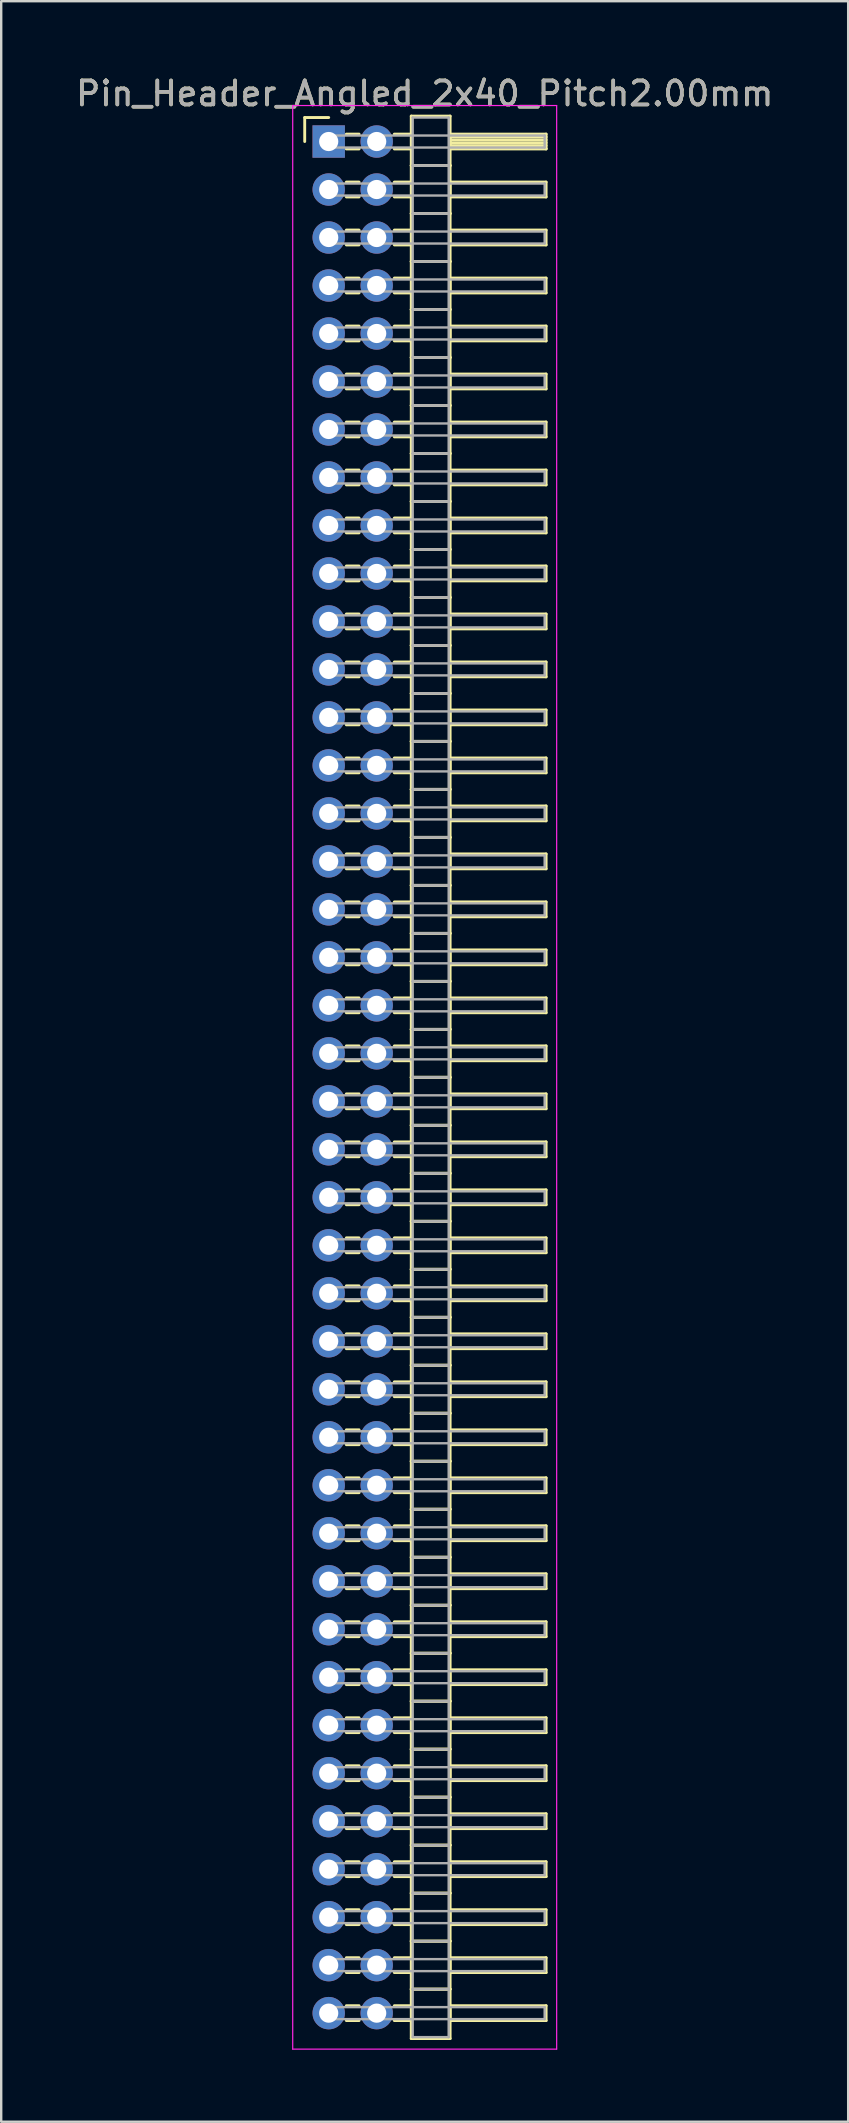
<source format=kicad_pcb>
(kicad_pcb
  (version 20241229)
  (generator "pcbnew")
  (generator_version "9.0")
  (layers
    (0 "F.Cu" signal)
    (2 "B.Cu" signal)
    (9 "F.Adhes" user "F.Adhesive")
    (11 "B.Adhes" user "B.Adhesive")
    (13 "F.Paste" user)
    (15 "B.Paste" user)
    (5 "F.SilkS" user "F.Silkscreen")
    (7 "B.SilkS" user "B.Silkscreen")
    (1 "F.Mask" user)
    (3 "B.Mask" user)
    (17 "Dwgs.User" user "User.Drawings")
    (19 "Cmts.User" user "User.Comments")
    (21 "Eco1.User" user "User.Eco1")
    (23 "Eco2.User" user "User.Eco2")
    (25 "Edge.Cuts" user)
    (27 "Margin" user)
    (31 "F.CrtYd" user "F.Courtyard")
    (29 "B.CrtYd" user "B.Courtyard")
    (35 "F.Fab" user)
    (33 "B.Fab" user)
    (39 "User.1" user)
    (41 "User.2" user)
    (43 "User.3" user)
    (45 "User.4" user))
  (footprint "Pin_Header_Angled_2x40_Pitch2.00mm"
    (layer "F.Cu")
    (at 10.649 2.848)
    (property "Reference" "Pin_Header_Angled_2x40_Pitch2.00mm" (at 4 -2 0) (layer "F.SilkS") (effects (font (size 1 1) (thickness 0.15))))
    (attr through_hole)
    (fp_line (start -1 -1) (end 0 -1) (stroke (width 0.12) (type solid)) (layer "F.SilkS"))
    (fp_line (start -1 0) (end -1 -1) (stroke (width 0.12) (type solid)) (layer "F.SilkS"))
    (fp_line (start 0.735 -0.31) (end 1.265 -0.31) (stroke (width 0.12) (type solid)) (layer "F.SilkS"))
    (fp_line (start 0.735 0.31) (end 1.265 0.31) (stroke (width 0.12) (type solid)) (layer "F.SilkS"))
    (fp_line (start 0.735 1.69) (end 1.265 1.69) (stroke (width 0.12) (type solid)) (layer "F.SilkS"))
    (fp_line (start 0.735 2.31) (end 1.265 2.31) (stroke (width 0.12) (type solid)) (layer "F.SilkS"))
    (fp_line (start 0.735 3.69) (end 1.265 3.69) (stroke (width 0.12) (type solid)) (layer "F.SilkS"))
    (fp_line (start 0.735 4.31) (end 1.265 4.31) (stroke (width 0.12) (type solid)) (layer "F.SilkS"))
    (fp_line (start 0.735 5.69) (end 1.265 5.69) (stroke (width 0.12) (type solid)) (layer "F.SilkS"))
    (fp_line (start 0.735 6.31) (end 1.265 6.31) (stroke (width 0.12) (type solid)) (layer "F.SilkS"))
    (fp_line (start 0.735 7.69) (end 1.265 7.69) (stroke (width 0.12) (type solid)) (layer "F.SilkS"))
    (fp_line (start 0.735 8.31) (end 1.265 8.31) (stroke (width 0.12) (type solid)) (layer "F.SilkS"))
    (fp_line (start 0.735 9.69) (end 1.265 9.69) (stroke (width 0.12) (type solid)) (layer "F.SilkS"))
    (fp_line (start 0.735 10.31) (end 1.265 10.31) (stroke (width 0.12) (type solid)) (layer "F.SilkS"))
    (fp_line (start 0.735 11.69) (end 1.265 11.69) (stroke (width 0.12) (type solid)) (layer "F.SilkS"))
    (fp_line (start 0.735 12.31) (end 1.265 12.31) (stroke (width 0.12) (type solid)) (layer "F.SilkS"))
    (fp_line (start 0.735 13.69) (end 1.265 13.69) (stroke (width 0.12) (type solid)) (layer "F.SilkS"))
    (fp_line (start 0.735 14.31) (end 1.265 14.31) (stroke (width 0.12) (type solid)) (layer "F.SilkS"))
    (fp_line (start 0.735 15.69) (end 1.265 15.69) (stroke (width 0.12) (type solid)) (layer "F.SilkS"))
    (fp_line (start 0.735 16.31) (end 1.265 16.31) (stroke (width 0.12) (type solid)) (layer "F.SilkS"))
    (fp_line (start 0.735 17.69) (end 1.265 17.69) (stroke (width 0.12) (type solid)) (layer "F.SilkS"))
    (fp_line (start 0.735 18.31) (end 1.265 18.31) (stroke (width 0.12) (type solid)) (layer "F.SilkS"))
    (fp_line (start 0.735 19.69) (end 1.265 19.69) (stroke (width 0.12) (type solid)) (layer "F.SilkS"))
    (fp_line (start 0.735 20.31) (end 1.265 20.31) (stroke (width 0.12) (type solid)) (layer "F.SilkS"))
    (fp_line (start 0.735 21.69) (end 1.265 21.69) (stroke (width 0.12) (type solid)) (layer "F.SilkS"))
    (fp_line (start 0.735 22.31) (end 1.265 22.31) (stroke (width 0.12) (type solid)) (layer "F.SilkS"))
    (fp_line (start 0.735 23.69) (end 1.265 23.69) (stroke (width 0.12) (type solid)) (layer "F.SilkS"))
    (fp_line (start 0.735 24.31) (end 1.265 24.31) (stroke (width 0.12) (type solid)) (layer "F.SilkS"))
    (fp_line (start 0.735 25.69) (end 1.265 25.69) (stroke (width 0.12) (type solid)) (layer "F.SilkS"))
    (fp_line (start 0.735 26.31) (end 1.265 26.31) (stroke (width 0.12) (type solid)) (layer "F.SilkS"))
    (fp_line (start 0.735 27.69) (end 1.265 27.69) (stroke (width 0.12) (type solid)) (layer "F.SilkS"))
    (fp_line (start 0.735 28.31) (end 1.265 28.31) (stroke (width 0.12) (type solid)) (layer "F.SilkS"))
    (fp_line (start 0.735 29.69) (end 1.265 29.69) (stroke (width 0.12) (type solid)) (layer "F.SilkS"))
    (fp_line (start 0.735 30.31) (end 1.265 30.31) (stroke (width 0.12) (type solid)) (layer "F.SilkS"))
    (fp_line (start 0.735 31.69) (end 1.265 31.69) (stroke (width 0.12) (type solid)) (layer "F.SilkS"))
    (fp_line (start 0.735 32.31) (end 1.265 32.31) (stroke (width 0.12) (type solid)) (layer "F.SilkS"))
    (fp_line (start 0.735 33.69) (end 1.265 33.69) (stroke (width 0.12) (type solid)) (layer "F.SilkS"))
    (fp_line (start 0.735 34.31) (end 1.265 34.31) (stroke (width 0.12) (type solid)) (layer "F.SilkS"))
    (fp_line (start 0.735 35.69) (end 1.265 35.69) (stroke (width 0.12) (type solid)) (layer "F.SilkS"))
    (fp_line (start 0.735 36.31) (end 1.265 36.31) (stroke (width 0.12) (type solid)) (layer "F.SilkS"))
    (fp_line (start 0.735 37.69) (end 1.265 37.69) (stroke (width 0.12) (type solid)) (layer "F.SilkS"))
    (fp_line (start 0.735 38.31) (end 1.265 38.31) (stroke (width 0.12) (type solid)) (layer "F.SilkS"))
    (fp_line (start 0.735 39.69) (end 1.265 39.69) (stroke (width 0.12) (type solid)) (layer "F.SilkS"))
    (fp_line (start 0.735 40.31) (end 1.265 40.31) (stroke (width 0.12) (type solid)) (layer "F.SilkS"))
    (fp_line (start 0.735 41.69) (end 1.265 41.69) (stroke (width 0.12) (type solid)) (layer "F.SilkS"))
    (fp_line (start 0.735 42.31) (end 1.265 42.31) (stroke (width 0.12) (type solid)) (layer "F.SilkS"))
    (fp_line (start 0.735 43.69) (end 1.265 43.69) (stroke (width 0.12) (type solid)) (layer "F.SilkS"))
    (fp_line (start 0.735 44.31) (end 1.265 44.31) (stroke (width 0.12) (type solid)) (layer "F.SilkS"))
    (fp_line (start 0.735 45.69) (end 1.265 45.69) (stroke (width 0.12) (type solid)) (layer "F.SilkS"))
    (fp_line (start 0.735 46.31) (end 1.265 46.31) (stroke (width 0.12) (type solid)) (layer "F.SilkS"))
    (fp_line (start 0.735 47.69) (end 1.265 47.69) (stroke (width 0.12) (type solid)) (layer "F.SilkS"))
    (fp_line (start 0.735 48.31) (end 1.265 48.31) (stroke (width 0.12) (type solid)) (layer "F.SilkS"))
    (fp_line (start 0.735 49.69) (end 1.265 49.69) (stroke (width 0.12) (type solid)) (layer "F.SilkS"))
    (fp_line (start 0.735 50.31) (end 1.265 50.31) (stroke (width 0.12) (type solid)) (layer "F.SilkS"))
    (fp_line (start 0.735 51.69) (end 1.265 51.69) (stroke (width 0.12) (type solid)) (layer "F.SilkS"))
    (fp_line (start 0.735 52.31) (end 1.265 52.31) (stroke (width 0.12) (type solid)) (layer "F.SilkS"))
    (fp_line (start 0.735 53.69) (end 1.265 53.69) (stroke (width 0.12) (type solid)) (layer "F.SilkS"))
    (fp_line (start 0.735 54.31) (end 1.265 54.31) (stroke (width 0.12) (type solid)) (layer "F.SilkS"))
    (fp_line (start 0.735 55.69) (end 1.265 55.69) (stroke (width 0.12) (type solid)) (layer "F.SilkS"))
    (fp_line (start 0.735 56.31) (end 1.265 56.31) (stroke (width 0.12) (type solid)) (layer "F.SilkS"))
    (fp_line (start 0.735 57.69) (end 1.265 57.69) (stroke (width 0.12) (type solid)) (layer "F.SilkS"))
    (fp_line (start 0.735 58.31) (end 1.265 58.31) (stroke (width 0.12) (type solid)) (layer "F.SilkS"))
    (fp_line (start 0.735 59.69) (end 1.265 59.69) (stroke (width 0.12) (type solid)) (layer "F.SilkS"))
    (fp_line (start 0.735 60.31) (end 1.265 60.31) (stroke (width 0.12) (type solid)) (layer "F.SilkS"))
    (fp_line (start 0.735 61.69) (end 1.265 61.69) (stroke (width 0.12) (type solid)) (layer "F.SilkS"))
    (fp_line (start 0.735 62.31) (end 1.265 62.31) (stroke (width 0.12) (type solid)) (layer "F.SilkS"))
    (fp_line (start 0.735 63.69) (end 1.265 63.69) (stroke (width 0.12) (type solid)) (layer "F.SilkS"))
    (fp_line (start 0.735 64.31) (end 1.265 64.31) (stroke (width 0.12) (type solid)) (layer "F.SilkS"))
    (fp_line (start 0.735 65.69) (end 1.265 65.69) (stroke (width 0.12) (type solid)) (layer "F.SilkS"))
    (fp_line (start 0.735 66.31) (end 1.265 66.31) (stroke (width 0.12) (type solid)) (layer "F.SilkS"))
    (fp_line (start 0.735 67.69) (end 1.265 67.69) (stroke (width 0.12) (type solid)) (layer "F.SilkS"))
    (fp_line (start 0.735 68.31) (end 1.265 68.31) (stroke (width 0.12) (type solid)) (layer "F.SilkS"))
    (fp_line (start 0.735 69.69) (end 1.265 69.69) (stroke (width 0.12) (type solid)) (layer "F.SilkS"))
    (fp_line (start 0.735 70.31) (end 1.265 70.31) (stroke (width 0.12) (type solid)) (layer "F.SilkS"))
    (fp_line (start 0.735 71.69) (end 1.265 71.69) (stroke (width 0.12) (type solid)) (layer "F.SilkS"))
    (fp_line (start 0.735 72.31) (end 1.265 72.31) (stroke (width 0.12) (type solid)) (layer "F.SilkS"))
    (fp_line (start 0.735 73.69) (end 1.265 73.69) (stroke (width 0.12) (type solid)) (layer "F.SilkS"))
    (fp_line (start 0.735 74.31) (end 1.265 74.31) (stroke (width 0.12) (type solid)) (layer "F.SilkS"))
    (fp_line (start 0.735 75.69) (end 1.265 75.69) (stroke (width 0.12) (type solid)) (layer "F.SilkS"))
    (fp_line (start 0.735 76.31) (end 1.265 76.31) (stroke (width 0.12) (type solid)) (layer "F.SilkS"))
    (fp_line (start 0.735 77.69) (end 1.265 77.69) (stroke (width 0.12) (type solid)) (layer "F.SilkS"))
    (fp_line (start 0.735 78.31) (end 1.265 78.31) (stroke (width 0.12) (type solid)) (layer "F.SilkS"))
    (fp_line (start 2.735 -0.31) (end 3.44 -0.31) (stroke (width 0.12) (type solid)) (layer "F.SilkS"))
    (fp_line (start 2.735 0.31) (end 3.44 0.31) (stroke (width 0.12) (type solid)) (layer "F.SilkS"))
    (fp_line (start 2.735 1.69) (end 3.44 1.69) (stroke (width 0.12) (type solid)) (layer "F.SilkS"))
    (fp_line (start 2.735 2.31) (end 3.44 2.31) (stroke (width 0.12) (type solid)) (layer "F.SilkS"))
    (fp_line (start 2.735 3.69) (end 3.44 3.69) (stroke (width 0.12) (type solid)) (layer "F.SilkS"))
    (fp_line (start 2.735 4.31) (end 3.44 4.31) (stroke (width 0.12) (type solid)) (layer "F.SilkS"))
    (fp_line (start 2.735 5.69) (end 3.44 5.69) (stroke (width 0.12) (type solid)) (layer "F.SilkS"))
    (fp_line (start 2.735 6.31) (end 3.44 6.31) (stroke (width 0.12) (type solid)) (layer "F.SilkS"))
    (fp_line (start 2.735 7.69) (end 3.44 7.69) (stroke (width 0.12) (type solid)) (layer "F.SilkS"))
    (fp_line (start 2.735 8.31) (end 3.44 8.31) (stroke (width 0.12) (type solid)) (layer "F.SilkS"))
    (fp_line (start 2.735 9.69) (end 3.44 9.69) (stroke (width 0.12) (type solid)) (layer "F.SilkS"))
    (fp_line (start 2.735 10.31) (end 3.44 10.31) (stroke (width 0.12) (type solid)) (layer "F.SilkS"))
    (fp_line (start 2.735 11.69) (end 3.44 11.69) (stroke (width 0.12) (type solid)) (layer "F.SilkS"))
    (fp_line (start 2.735 12.31) (end 3.44 12.31) (stroke (width 0.12) (type solid)) (layer "F.SilkS"))
    (fp_line (start 2.735 13.69) (end 3.44 13.69) (stroke (width 0.12) (type solid)) (layer "F.SilkS"))
    (fp_line (start 2.735 14.31) (end 3.44 14.31) (stroke (width 0.12) (type solid)) (layer "F.SilkS"))
    (fp_line (start 2.735 15.69) (end 3.44 15.69) (stroke (width 0.12) (type solid)) (layer "F.SilkS"))
    (fp_line (start 2.735 16.31) (end 3.44 16.31) (stroke (width 0.12) (type solid)) (layer "F.SilkS"))
    (fp_line (start 2.735 17.69) (end 3.44 17.69) (stroke (width 0.12) (type solid)) (layer "F.SilkS"))
    (fp_line (start 2.735 18.31) (end 3.44 18.31) (stroke (width 0.12) (type solid)) (layer "F.SilkS"))
    (fp_line (start 2.735 19.69) (end 3.44 19.69) (stroke (width 0.12) (type solid)) (layer "F.SilkS"))
    (fp_line (start 2.735 20.31) (end 3.44 20.31) (stroke (width 0.12) (type solid)) (layer "F.SilkS"))
    (fp_line (start 2.735 21.69) (end 3.44 21.69) (stroke (width 0.12) (type solid)) (layer "F.SilkS"))
    (fp_line (start 2.735 22.31) (end 3.44 22.31) (stroke (width 0.12) (type solid)) (layer "F.SilkS"))
    (fp_line (start 2.735 23.69) (end 3.44 23.69) (stroke (width 0.12) (type solid)) (layer "F.SilkS"))
    (fp_line (start 2.735 24.31) (end 3.44 24.31) (stroke (width 0.12) (type solid)) (layer "F.SilkS"))
    (fp_line (start 2.735 25.69) (end 3.44 25.69) (stroke (width 0.12) (type solid)) (layer "F.SilkS"))
    (fp_line (start 2.735 26.31) (end 3.44 26.31) (stroke (width 0.12) (type solid)) (layer "F.SilkS"))
    (fp_line (start 2.735 27.69) (end 3.44 27.69) (stroke (width 0.12) (type solid)) (layer "F.SilkS"))
    (fp_line (start 2.735 28.31) (end 3.44 28.31) (stroke (width 0.12) (type solid)) (layer "F.SilkS"))
    (fp_line (start 2.735 29.69) (end 3.44 29.69) (stroke (width 0.12) (type solid)) (layer "F.SilkS"))
    (fp_line (start 2.735 30.31) (end 3.44 30.31) (stroke (width 0.12) (type solid)) (layer "F.SilkS"))
    (fp_line (start 2.735 31.69) (end 3.44 31.69) (stroke (width 0.12) (type solid)) (layer "F.SilkS"))
    (fp_line (start 2.735 32.31) (end 3.44 32.31) (stroke (width 0.12) (type solid)) (layer "F.SilkS"))
    (fp_line (start 2.735 33.69) (end 3.44 33.69) (stroke (width 0.12) (type solid)) (layer "F.SilkS"))
    (fp_line (start 2.735 34.31) (end 3.44 34.31) (stroke (width 0.12) (type solid)) (layer "F.SilkS"))
    (fp_line (start 2.735 35.69) (end 3.44 35.69) (stroke (width 0.12) (type solid)) (layer "F.SilkS"))
    (fp_line (start 2.735 36.31) (end 3.44 36.31) (stroke (width 0.12) (type solid)) (layer "F.SilkS"))
    (fp_line (start 2.735 37.69) (end 3.44 37.69) (stroke (width 0.12) (type solid)) (layer "F.SilkS"))
    (fp_line (start 2.735 38.31) (end 3.44 38.31) (stroke (width 0.12) (type solid)) (layer "F.SilkS"))
    (fp_line (start 2.735 39.69) (end 3.44 39.69) (stroke (width 0.12) (type solid)) (layer "F.SilkS"))
    (fp_line (start 2.735 40.31) (end 3.44 40.31) (stroke (width 0.12) (type solid)) (layer "F.SilkS"))
    (fp_line (start 2.735 41.69) (end 3.44 41.69) (stroke (width 0.12) (type solid)) (layer "F.SilkS"))
    (fp_line (start 2.735 42.31) (end 3.44 42.31) (stroke (width 0.12) (type solid)) (layer "F.SilkS"))
    (fp_line (start 2.735 43.69) (end 3.44 43.69) (stroke (width 0.12) (type solid)) (layer "F.SilkS"))
    (fp_line (start 2.735 44.31) (end 3.44 44.31) (stroke (width 0.12) (type solid)) (layer "F.SilkS"))
    (fp_line (start 2.735 45.69) (end 3.44 45.69) (stroke (width 0.12) (type solid)) (layer "F.SilkS"))
    (fp_line (start 2.735 46.31) (end 3.44 46.31) (stroke (width 0.12) (type solid)) (layer "F.SilkS"))
    (fp_line (start 2.735 47.69) (end 3.44 47.69) (stroke (width 0.12) (type solid)) (layer "F.SilkS"))
    (fp_line (start 2.735 48.31) (end 3.44 48.31) (stroke (width 0.12) (type solid)) (layer "F.SilkS"))
    (fp_line (start 2.735 49.69) (end 3.44 49.69) (stroke (width 0.12) (type solid)) (layer "F.SilkS"))
    (fp_line (start 2.735 50.31) (end 3.44 50.31) (stroke (width 0.12) (type solid)) (layer "F.SilkS"))
    (fp_line (start 2.735 51.69) (end 3.44 51.69) (stroke (width 0.12) (type solid)) (layer "F.SilkS"))
    (fp_line (start 2.735 52.31) (end 3.44 52.31) (stroke (width 0.12) (type solid)) (layer "F.SilkS"))
    (fp_line (start 2.735 53.69) (end 3.44 53.69) (stroke (width 0.12) (type solid)) (layer "F.SilkS"))
    (fp_line (start 2.735 54.31) (end 3.44 54.31) (stroke (width 0.12) (type solid)) (layer "F.SilkS"))
    (fp_line (start 2.735 55.69) (end 3.44 55.69) (stroke (width 0.12) (type solid)) (layer "F.SilkS"))
    (fp_line (start 2.735 56.31) (end 3.44 56.31) (stroke (width 0.12) (type solid)) (layer "F.SilkS"))
    (fp_line (start 2.735 57.69) (end 3.44 57.69) (stroke (width 0.12) (type solid)) (layer "F.SilkS"))
    (fp_line (start 2.735 58.31) (end 3.44 58.31) (stroke (width 0.12) (type solid)) (layer "F.SilkS"))
    (fp_line (start 2.735 59.69) (end 3.44 59.69) (stroke (width 0.12) (type solid)) (layer "F.SilkS"))
    (fp_line (start 2.735 60.31) (end 3.44 60.31) (stroke (width 0.12) (type solid)) (layer "F.SilkS"))
    (fp_line (start 2.735 61.69) (end 3.44 61.69) (stroke (width 0.12) (type solid)) (layer "F.SilkS"))
    (fp_line (start 2.735 62.31) (end 3.44 62.31) (stroke (width 0.12) (type solid)) (layer "F.SilkS"))
    (fp_line (start 2.735 63.69) (end 3.44 63.69) (stroke (width 0.12) (type solid)) (layer "F.SilkS"))
    (fp_line (start 2.735 64.31) (end 3.44 64.31) (stroke (width 0.12) (type solid)) (layer "F.SilkS"))
    (fp_line (start 2.735 65.69) (end 3.44 65.69) (stroke (width 0.12) (type solid)) (layer "F.SilkS"))
    (fp_line (start 2.735 66.31) (end 3.44 66.31) (stroke (width 0.12) (type solid)) (layer "F.SilkS"))
    (fp_line (start 2.735 67.69) (end 3.44 67.69) (stroke (width 0.12) (type solid)) (layer "F.SilkS"))
    (fp_line (start 2.735 68.31) (end 3.44 68.31) (stroke (width 0.12) (type solid)) (layer "F.SilkS"))
    (fp_line (start 2.735 69.69) (end 3.44 69.69) (stroke (width 0.12) (type solid)) (layer "F.SilkS"))
    (fp_line (start 2.735 70.31) (end 3.44 70.31) (stroke (width 0.12) (type solid)) (layer "F.SilkS"))
    (fp_line (start 2.735 71.69) (end 3.44 71.69) (stroke (width 0.12) (type solid)) (layer "F.SilkS"))
    (fp_line (start 2.735 72.31) (end 3.44 72.31) (stroke (width 0.12) (type solid)) (layer "F.SilkS"))
    (fp_line (start 2.735 73.69) (end 3.44 73.69) (stroke (width 0.12) (type solid)) (layer "F.SilkS"))
    (fp_line (start 2.735 74.31) (end 3.44 74.31) (stroke (width 0.12) (type solid)) (layer "F.SilkS"))
    (fp_line (start 2.735 75.69) (end 3.44 75.69) (stroke (width 0.12) (type solid)) (layer "F.SilkS"))
    (fp_line (start 2.735 76.31) (end 3.44 76.31) (stroke (width 0.12) (type solid)) (layer "F.SilkS"))
    (fp_line (start 2.735 77.69) (end 3.44 77.69) (stroke (width 0.12) (type solid)) (layer "F.SilkS"))
    (fp_line (start 2.735 78.31) (end 3.44 78.31) (stroke (width 0.12) (type solid)) (layer "F.SilkS"))
    (fp_line (start 3.44 -1.06) (end 3.44 1) (stroke (width 0.12) (type solid)) (layer "F.SilkS"))
    (fp_line (start 3.44 1) (end 3.44 3) (stroke (width 0.12) (type solid)) (layer "F.SilkS"))
    (fp_line (start 3.44 1) (end 5.06 1) (stroke (width 0.12) (type solid)) (layer "F.SilkS"))
    (fp_line (start 3.44 3) (end 3.44 5) (stroke (width 0.12) (type solid)) (layer "F.SilkS"))
    (fp_line (start 3.44 3) (end 5.06 3) (stroke (width 0.12) (type solid)) (layer "F.SilkS"))
    (fp_line (start 3.44 5) (end 3.44 7) (stroke (width 0.12) (type solid)) (layer "F.SilkS"))
    (fp_line (start 3.44 5) (end 5.06 5) (stroke (width 0.12) (type solid)) (layer "F.SilkS"))
    (fp_line (start 3.44 7) (end 3.44 9) (stroke (width 0.12) (type solid)) (layer "F.SilkS"))
    (fp_line (start 3.44 7) (end 5.06 7) (stroke (width 0.12) (type solid)) (layer "F.SilkS"))
    (fp_line (start 3.44 9) (end 3.44 11) (stroke (width 0.12) (type solid)) (layer "F.SilkS"))
    (fp_line (start 3.44 9) (end 5.06 9) (stroke (width 0.12) (type solid)) (layer "F.SilkS"))
    (fp_line (start 3.44 11) (end 3.44 13) (stroke (width 0.12) (type solid)) (layer "F.SilkS"))
    (fp_line (start 3.44 11) (end 5.06 11) (stroke (width 0.12) (type solid)) (layer "F.SilkS"))
    (fp_line (start 3.44 13) (end 3.44 15) (stroke (width 0.12) (type solid)) (layer "F.SilkS"))
    (fp_line (start 3.44 13) (end 5.06 13) (stroke (width 0.12) (type solid)) (layer "F.SilkS"))
    (fp_line (start 3.44 15) (end 3.44 17) (stroke (width 0.12) (type solid)) (layer "F.SilkS"))
    (fp_line (start 3.44 15) (end 5.06 15) (stroke (width 0.12) (type solid)) (layer "F.SilkS"))
    (fp_line (start 3.44 17) (end 3.44 19) (stroke (width 0.12) (type solid)) (layer "F.SilkS"))
    (fp_line (start 3.44 17) (end 5.06 17) (stroke (width 0.12) (type solid)) (layer "F.SilkS"))
    (fp_line (start 3.44 19) (end 3.44 21) (stroke (width 0.12) (type solid)) (layer "F.SilkS"))
    (fp_line (start 3.44 19) (end 5.06 19) (stroke (width 0.12) (type solid)) (layer "F.SilkS"))
    (fp_line (start 3.44 21) (end 3.44 23) (stroke (width 0.12) (type solid)) (layer "F.SilkS"))
    (fp_line (start 3.44 21) (end 5.06 21) (stroke (width 0.12) (type solid)) (layer "F.SilkS"))
    (fp_line (start 3.44 23) (end 3.44 25) (stroke (width 0.12) (type solid)) (layer "F.SilkS"))
    (fp_line (start 3.44 23) (end 5.06 23) (stroke (width 0.12) (type solid)) (layer "F.SilkS"))
    (fp_line (start 3.44 25) (end 3.44 27) (stroke (width 0.12) (type solid)) (layer "F.SilkS"))
    (fp_line (start 3.44 25) (end 5.06 25) (stroke (width 0.12) (type solid)) (layer "F.SilkS"))
    (fp_line (start 3.44 27) (end 3.44 29) (stroke (width 0.12) (type solid)) (layer "F.SilkS"))
    (fp_line (start 3.44 27) (end 5.06 27) (stroke (width 0.12) (type solid)) (layer "F.SilkS"))
    (fp_line (start 3.44 29) (end 3.44 31) (stroke (width 0.12) (type solid)) (layer "F.SilkS"))
    (fp_line (start 3.44 29) (end 5.06 29) (stroke (width 0.12) (type solid)) (layer "F.SilkS"))
    (fp_line (start 3.44 31) (end 3.44 33) (stroke (width 0.12) (type solid)) (layer "F.SilkS"))
    (fp_line (start 3.44 31) (end 5.06 31) (stroke (width 0.12) (type solid)) (layer "F.SilkS"))
    (fp_line (start 3.44 33) (end 3.44 35) (stroke (width 0.12) (type solid)) (layer "F.SilkS"))
    (fp_line (start 3.44 33) (end 5.06 33) (stroke (width 0.12) (type solid)) (layer "F.SilkS"))
    (fp_line (start 3.44 35) (end 3.44 37) (stroke (width 0.12) (type solid)) (layer "F.SilkS"))
    (fp_line (start 3.44 35) (end 5.06 35) (stroke (width 0.12) (type solid)) (layer "F.SilkS"))
    (fp_line (start 3.44 37) (end 3.44 39) (stroke (width 0.12) (type solid)) (layer "F.SilkS"))
    (fp_line (start 3.44 37) (end 5.06 37) (stroke (width 0.12) (type solid)) (layer "F.SilkS"))
    (fp_line (start 3.44 39) (end 3.44 41) (stroke (width 0.12) (type solid)) (layer "F.SilkS"))
    (fp_line (start 3.44 39) (end 5.06 39) (stroke (width 0.12) (type solid)) (layer "F.SilkS"))
    (fp_line (start 3.44 41) (end 3.44 43) (stroke (width 0.12) (type solid)) (layer "F.SilkS"))
    (fp_line (start 3.44 41) (end 5.06 41) (stroke (width 0.12) (type solid)) (layer "F.SilkS"))
    (fp_line (start 3.44 43) (end 3.44 45) (stroke (width 0.12) (type solid)) (layer "F.SilkS"))
    (fp_line (start 3.44 43) (end 5.06 43) (stroke (width 0.12) (type solid)) (layer "F.SilkS"))
    (fp_line (start 3.44 45) (end 3.44 47) (stroke (width 0.12) (type solid)) (layer "F.SilkS"))
    (fp_line (start 3.44 45) (end 5.06 45) (stroke (width 0.12) (type solid)) (layer "F.SilkS"))
    (fp_line (start 3.44 47) (end 3.44 49) (stroke (width 0.12) (type solid)) (layer "F.SilkS"))
    (fp_line (start 3.44 47) (end 5.06 47) (stroke (width 0.12) (type solid)) (layer "F.SilkS"))
    (fp_line (start 3.44 49) (end 3.44 51) (stroke (width 0.12) (type solid)) (layer "F.SilkS"))
    (fp_line (start 3.44 49) (end 5.06 49) (stroke (width 0.12) (type solid)) (layer "F.SilkS"))
    (fp_line (start 3.44 51) (end 3.44 53) (stroke (width 0.12) (type solid)) (layer "F.SilkS"))
    (fp_line (start 3.44 51) (end 5.06 51) (stroke (width 0.12) (type solid)) (layer "F.SilkS"))
    (fp_line (start 3.44 53) (end 3.44 55) (stroke (width 0.12) (type solid)) (layer "F.SilkS"))
    (fp_line (start 3.44 53) (end 5.06 53) (stroke (width 0.12) (type solid)) (layer "F.SilkS"))
    (fp_line (start 3.44 55) (end 3.44 57) (stroke (width 0.12) (type solid)) (layer "F.SilkS"))
    (fp_line (start 3.44 55) (end 5.06 55) (stroke (width 0.12) (type solid)) (layer "F.SilkS"))
    (fp_line (start 3.44 57) (end 3.44 59) (stroke (width 0.12) (type solid)) (layer "F.SilkS"))
    (fp_line (start 3.44 57) (end 5.06 57) (stroke (width 0.12) (type solid)) (layer "F.SilkS"))
    (fp_line (start 3.44 59) (end 3.44 61) (stroke (width 0.12) (type solid)) (layer "F.SilkS"))
    (fp_line (start 3.44 59) (end 5.06 59) (stroke (width 0.12) (type solid)) (layer "F.SilkS"))
    (fp_line (start 3.44 61) (end 3.44 63) (stroke (width 0.12) (type solid)) (layer "F.SilkS"))
    (fp_line (start 3.44 61) (end 5.06 61) (stroke (width 0.12) (type solid)) (layer "F.SilkS"))
    (fp_line (start 3.44 63) (end 3.44 65) (stroke (width 0.12) (type solid)) (layer "F.SilkS"))
    (fp_line (start 3.44 63) (end 5.06 63) (stroke (width 0.12) (type solid)) (layer "F.SilkS"))
    (fp_line (start 3.44 65) (end 3.44 67) (stroke (width 0.12) (type solid)) (layer "F.SilkS"))
    (fp_line (start 3.44 65) (end 5.06 65) (stroke (width 0.12) (type solid)) (layer "F.SilkS"))
    (fp_line (start 3.44 67) (end 3.44 69) (stroke (width 0.12) (type solid)) (layer "F.SilkS"))
    (fp_line (start 3.44 67) (end 5.06 67) (stroke (width 0.12) (type solid)) (layer "F.SilkS"))
    (fp_line (start 3.44 69) (end 3.44 71) (stroke (width 0.12) (type solid)) (layer "F.SilkS"))
    (fp_line (start 3.44 69) (end 5.06 69) (stroke (width 0.12) (type solid)) (layer "F.SilkS"))
    (fp_line (start 3.44 71) (end 3.44 73) (stroke (width 0.12) (type solid)) (layer "F.SilkS"))
    (fp_line (start 3.44 71) (end 5.06 71) (stroke (width 0.12) (type solid)) (layer "F.SilkS"))
    (fp_line (start 3.44 73) (end 3.44 75) (stroke (width 0.12) (type solid)) (layer "F.SilkS"))
    (fp_line (start 3.44 73) (end 5.06 73) (stroke (width 0.12) (type solid)) (layer "F.SilkS"))
    (fp_line (start 3.44 75) (end 3.44 77) (stroke (width 0.12) (type solid)) (layer "F.SilkS"))
    (fp_line (start 3.44 75) (end 5.06 75) (stroke (width 0.12) (type solid)) (layer "F.SilkS"))
    (fp_line (start 3.44 77) (end 3.44 79.06) (stroke (width 0.12) (type solid)) (layer "F.SilkS"))
    (fp_line (start 3.44 77) (end 5.06 77) (stroke (width 0.12) (type solid)) (layer "F.SilkS"))
    (fp_line (start 3.44 79.06) (end 5.06 79.06) (stroke (width 0.12) (type solid)) (layer "F.SilkS"))
    (fp_line (start 5.06 -1.06) (end 3.44 -1.06) (stroke (width 0.12) (type solid)) (layer "F.SilkS"))
    (fp_line (start 5.06 -0.31) (end 5.06 0.31) (stroke (width 0.12) (type solid)) (layer "F.SilkS"))
    (fp_line (start 5.06 -0.19) (end 9.06 -0.19) (stroke (width 0.12) (type solid)) (layer "F.SilkS"))
    (fp_line (start 5.06 -0.07) (end 9.06 -0.07) (stroke (width 0.12) (type solid)) (layer "F.SilkS"))
    (fp_line (start 5.06 0.05) (end 9.06 0.05) (stroke (width 0.12) (type solid)) (layer "F.SilkS"))
    (fp_line (start 5.06 0.17) (end 9.06 0.17) (stroke (width 0.12) (type solid)) (layer "F.SilkS"))
    (fp_line (start 5.06 0.29) (end 9.06 0.29) (stroke (width 0.12) (type solid)) (layer "F.SilkS"))
    (fp_line (start 5.06 0.31) (end 9.06 0.31) (stroke (width 0.12) (type solid)) (layer "F.SilkS"))
    (fp_line (start 5.06 1) (end 3.44 1) (stroke (width 0.12) (type solid)) (layer "F.SilkS"))
    (fp_line (start 5.06 1) (end 5.06 -1.06) (stroke (width 0.12) (type solid)) (layer "F.SilkS"))
    (fp_line (start 5.06 1.69) (end 5.06 2.31) (stroke (width 0.12) (type solid)) (layer "F.SilkS"))
    (fp_line (start 5.06 2.31) (end 9.06 2.31) (stroke (width 0.12) (type solid)) (layer "F.SilkS"))
    (fp_line (start 5.06 3) (end 3.44 3) (stroke (width 0.12) (type solid)) (layer "F.SilkS"))
    (fp_line (start 5.06 3) (end 5.06 1) (stroke (width 0.12) (type solid)) (layer "F.SilkS"))
    (fp_line (start 5.06 3.69) (end 5.06 4.31) (stroke (width 0.12) (type solid)) (layer "F.SilkS"))
    (fp_line (start 5.06 4.31) (end 9.06 4.31) (stroke (width 0.12) (type solid)) (layer "F.SilkS"))
    (fp_line (start 5.06 5) (end 3.44 5) (stroke (width 0.12) (type solid)) (layer "F.SilkS"))
    (fp_line (start 5.06 5) (end 5.06 3) (stroke (width 0.12) (type solid)) (layer "F.SilkS"))
    (fp_line (start 5.06 5.69) (end 5.06 6.31) (stroke (width 0.12) (type solid)) (layer "F.SilkS"))
    (fp_line (start 5.06 6.31) (end 9.06 6.31) (stroke (width 0.12) (type solid)) (layer "F.SilkS"))
    (fp_line (start 5.06 7) (end 3.44 7) (stroke (width 0.12) (type solid)) (layer "F.SilkS"))
    (fp_line (start 5.06 7) (end 5.06 5) (stroke (width 0.12) (type solid)) (layer "F.SilkS"))
    (fp_line (start 5.06 7.69) (end 5.06 8.31) (stroke (width 0.12) (type solid)) (layer "F.SilkS"))
    (fp_line (start 5.06 8.31) (end 9.06 8.31) (stroke (width 0.12) (type solid)) (layer "F.SilkS"))
    (fp_line (start 5.06 9) (end 3.44 9) (stroke (width 0.12) (type solid)) (layer "F.SilkS"))
    (fp_line (start 5.06 9) (end 5.06 7) (stroke (width 0.12) (type solid)) (layer "F.SilkS"))
    (fp_line (start 5.06 9.69) (end 5.06 10.31) (stroke (width 0.12) (type solid)) (layer "F.SilkS"))
    (fp_line (start 5.06 10.31) (end 9.06 10.31) (stroke (width 0.12) (type solid)) (layer "F.SilkS"))
    (fp_line (start 5.06 11) (end 3.44 11) (stroke (width 0.12) (type solid)) (layer "F.SilkS"))
    (fp_line (start 5.06 11) (end 5.06 9) (stroke (width 0.12) (type solid)) (layer "F.SilkS"))
    (fp_line (start 5.06 11.69) (end 5.06 12.31) (stroke (width 0.12) (type solid)) (layer "F.SilkS"))
    (fp_line (start 5.06 12.31) (end 9.06 12.31) (stroke (width 0.12) (type solid)) (layer "F.SilkS"))
    (fp_line (start 5.06 13) (end 3.44 13) (stroke (width 0.12) (type solid)) (layer "F.SilkS"))
    (fp_line (start 5.06 13) (end 5.06 11) (stroke (width 0.12) (type solid)) (layer "F.SilkS"))
    (fp_line (start 5.06 13.69) (end 5.06 14.31) (stroke (width 0.12) (type solid)) (layer "F.SilkS"))
    (fp_line (start 5.06 14.31) (end 9.06 14.31) (stroke (width 0.12) (type solid)) (layer "F.SilkS"))
    (fp_line (start 5.06 15) (end 3.44 15) (stroke (width 0.12) (type solid)) (layer "F.SilkS"))
    (fp_line (start 5.06 15) (end 5.06 13) (stroke (width 0.12) (type solid)) (layer "F.SilkS"))
    (fp_line (start 5.06 15.69) (end 5.06 16.31) (stroke (width 0.12) (type solid)) (layer "F.SilkS"))
    (fp_line (start 5.06 16.31) (end 9.06 16.31) (stroke (width 0.12) (type solid)) (layer "F.SilkS"))
    (fp_line (start 5.06 17) (end 3.44 17) (stroke (width 0.12) (type solid)) (layer "F.SilkS"))
    (fp_line (start 5.06 17) (end 5.06 15) (stroke (width 0.12) (type solid)) (layer "F.SilkS"))
    (fp_line (start 5.06 17.69) (end 5.06 18.31) (stroke (width 0.12) (type solid)) (layer "F.SilkS"))
    (fp_line (start 5.06 18.31) (end 9.06 18.31) (stroke (width 0.12) (type solid)) (layer "F.SilkS"))
    (fp_line (start 5.06 19) (end 3.44 19) (stroke (width 0.12) (type solid)) (layer "F.SilkS"))
    (fp_line (start 5.06 19) (end 5.06 17) (stroke (width 0.12) (type solid)) (layer "F.SilkS"))
    (fp_line (start 5.06 19.69) (end 5.06 20.31) (stroke (width 0.12) (type solid)) (layer "F.SilkS"))
    (fp_line (start 5.06 20.31) (end 9.06 20.31) (stroke (width 0.12) (type solid)) (layer "F.SilkS"))
    (fp_line (start 5.06 21) (end 3.44 21) (stroke (width 0.12) (type solid)) (layer "F.SilkS"))
    (fp_line (start 5.06 21) (end 5.06 19) (stroke (width 0.12) (type solid)) (layer "F.SilkS"))
    (fp_line (start 5.06 21.69) (end 5.06 22.31) (stroke (width 0.12) (type solid)) (layer "F.SilkS"))
    (fp_line (start 5.06 22.31) (end 9.06 22.31) (stroke (width 0.12) (type solid)) (layer "F.SilkS"))
    (fp_line (start 5.06 23) (end 3.44 23) (stroke (width 0.12) (type solid)) (layer "F.SilkS"))
    (fp_line (start 5.06 23) (end 5.06 21) (stroke (width 0.12) (type solid)) (layer "F.SilkS"))
    (fp_line (start 5.06 23.69) (end 5.06 24.31) (stroke (width 0.12) (type solid)) (layer "F.SilkS"))
    (fp_line (start 5.06 24.31) (end 9.06 24.31) (stroke (width 0.12) (type solid)) (layer "F.SilkS"))
    (fp_line (start 5.06 25) (end 3.44 25) (stroke (width 0.12) (type solid)) (layer "F.SilkS"))
    (fp_line (start 5.06 25) (end 5.06 23) (stroke (width 0.12) (type solid)) (layer "F.SilkS"))
    (fp_line (start 5.06 25.69) (end 5.06 26.31) (stroke (width 0.12) (type solid)) (layer "F.SilkS"))
    (fp_line (start 5.06 26.31) (end 9.06 26.31) (stroke (width 0.12) (type solid)) (layer "F.SilkS"))
    (fp_line (start 5.06 27) (end 3.44 27) (stroke (width 0.12) (type solid)) (layer "F.SilkS"))
    (fp_line (start 5.06 27) (end 5.06 25) (stroke (width 0.12) (type solid)) (layer "F.SilkS"))
    (fp_line (start 5.06 27.69) (end 5.06 28.31) (stroke (width 0.12) (type solid)) (layer "F.SilkS"))
    (fp_line (start 5.06 28.31) (end 9.06 28.31) (stroke (width 0.12) (type solid)) (layer "F.SilkS"))
    (fp_line (start 5.06 29) (end 3.44 29) (stroke (width 0.12) (type solid)) (layer "F.SilkS"))
    (fp_line (start 5.06 29) (end 5.06 27) (stroke (width 0.12) (type solid)) (layer "F.SilkS"))
    (fp_line (start 5.06 29.69) (end 5.06 30.31) (stroke (width 0.12) (type solid)) (layer "F.SilkS"))
    (fp_line (start 5.06 30.31) (end 9.06 30.31) (stroke (width 0.12) (type solid)) (layer "F.SilkS"))
    (fp_line (start 5.06 31) (end 3.44 31) (stroke (width 0.12) (type solid)) (layer "F.SilkS"))
    (fp_line (start 5.06 31) (end 5.06 29) (stroke (width 0.12) (type solid)) (layer "F.SilkS"))
    (fp_line (start 5.06 31.69) (end 5.06 32.31) (stroke (width 0.12) (type solid)) (layer "F.SilkS"))
    (fp_line (start 5.06 32.31) (end 9.06 32.31) (stroke (width 0.12) (type solid)) (layer "F.SilkS"))
    (fp_line (start 5.06 33) (end 3.44 33) (stroke (width 0.12) (type solid)) (layer "F.SilkS"))
    (fp_line (start 5.06 33) (end 5.06 31) (stroke (width 0.12) (type solid)) (layer "F.SilkS"))
    (fp_line (start 5.06 33.69) (end 5.06 34.31) (stroke (width 0.12) (type solid)) (layer "F.SilkS"))
    (fp_line (start 5.06 34.31) (end 9.06 34.31) (stroke (width 0.12) (type solid)) (layer "F.SilkS"))
    (fp_line (start 5.06 35) (end 3.44 35) (stroke (width 0.12) (type solid)) (layer "F.SilkS"))
    (fp_line (start 5.06 35) (end 5.06 33) (stroke (width 0.12) (type solid)) (layer "F.SilkS"))
    (fp_line (start 5.06 35.69) (end 5.06 36.31) (stroke (width 0.12) (type solid)) (layer "F.SilkS"))
    (fp_line (start 5.06 36.31) (end 9.06 36.31) (stroke (width 0.12) (type solid)) (layer "F.SilkS"))
    (fp_line (start 5.06 37) (end 3.44 37) (stroke (width 0.12) (type solid)) (layer "F.SilkS"))
    (fp_line (start 5.06 37) (end 5.06 35) (stroke (width 0.12) (type solid)) (layer "F.SilkS"))
    (fp_line (start 5.06 37.69) (end 5.06 38.31) (stroke (width 0.12) (type solid)) (layer "F.SilkS"))
    (fp_line (start 5.06 38.31) (end 9.06 38.31) (stroke (width 0.12) (type solid)) (layer "F.SilkS"))
    (fp_line (start 5.06 39) (end 3.44 39) (stroke (width 0.12) (type solid)) (layer "F.SilkS"))
    (fp_line (start 5.06 39) (end 5.06 37) (stroke (width 0.12) (type solid)) (layer "F.SilkS"))
    (fp_line (start 5.06 39.69) (end 5.06 40.31) (stroke (width 0.12) (type solid)) (layer "F.SilkS"))
    (fp_line (start 5.06 40.31) (end 9.06 40.31) (stroke (width 0.12) (type solid)) (layer "F.SilkS"))
    (fp_line (start 5.06 41) (end 3.44 41) (stroke (width 0.12) (type solid)) (layer "F.SilkS"))
    (fp_line (start 5.06 41) (end 5.06 39) (stroke (width 0.12) (type solid)) (layer "F.SilkS"))
    (fp_line (start 5.06 41.69) (end 5.06 42.31) (stroke (width 0.12) (type solid)) (layer "F.SilkS"))
    (fp_line (start 5.06 42.31) (end 9.06 42.31) (stroke (width 0.12) (type solid)) (layer "F.SilkS"))
    (fp_line (start 5.06 43) (end 3.44 43) (stroke (width 0.12) (type solid)) (layer "F.SilkS"))
    (fp_line (start 5.06 43) (end 5.06 41) (stroke (width 0.12) (type solid)) (layer "F.SilkS"))
    (fp_line (start 5.06 43.69) (end 5.06 44.31) (stroke (width 0.12) (type solid)) (layer "F.SilkS"))
    (fp_line (start 5.06 44.31) (end 9.06 44.31) (stroke (width 0.12) (type solid)) (layer "F.SilkS"))
    (fp_line (start 5.06 45) (end 3.44 45) (stroke (width 0.12) (type solid)) (layer "F.SilkS"))
    (fp_line (start 5.06 45) (end 5.06 43) (stroke (width 0.12) (type solid)) (layer "F.SilkS"))
    (fp_line (start 5.06 45.69) (end 5.06 46.31) (stroke (width 0.12) (type solid)) (layer "F.SilkS"))
    (fp_line (start 5.06 46.31) (end 9.06 46.31) (stroke (width 0.12) (type solid)) (layer "F.SilkS"))
    (fp_line (start 5.06 47) (end 3.44 47) (stroke (width 0.12) (type solid)) (layer "F.SilkS"))
    (fp_line (start 5.06 47) (end 5.06 45) (stroke (width 0.12) (type solid)) (layer "F.SilkS"))
    (fp_line (start 5.06 47.69) (end 5.06 48.31) (stroke (width 0.12) (type solid)) (layer "F.SilkS"))
    (fp_line (start 5.06 48.31) (end 9.06 48.31) (stroke (width 0.12) (type solid)) (layer "F.SilkS"))
    (fp_line (start 5.06 49) (end 3.44 49) (stroke (width 0.12) (type solid)) (layer "F.SilkS"))
    (fp_line (start 5.06 49) (end 5.06 47) (stroke (width 0.12) (type solid)) (layer "F.SilkS"))
    (fp_line (start 5.06 49.69) (end 5.06 50.31) (stroke (width 0.12) (type solid)) (layer "F.SilkS"))
    (fp_line (start 5.06 50.31) (end 9.06 50.31) (stroke (width 0.12) (type solid)) (layer "F.SilkS"))
    (fp_line (start 5.06 51) (end 3.44 51) (stroke (width 0.12) (type solid)) (layer "F.SilkS"))
    (fp_line (start 5.06 51) (end 5.06 49) (stroke (width 0.12) (type solid)) (layer "F.SilkS"))
    (fp_line (start 5.06 51.69) (end 5.06 52.31) (stroke (width 0.12) (type solid)) (layer "F.SilkS"))
    (fp_line (start 5.06 52.31) (end 9.06 52.31) (stroke (width 0.12) (type solid)) (layer "F.SilkS"))
    (fp_line (start 5.06 53) (end 3.44 53) (stroke (width 0.12) (type solid)) (layer "F.SilkS"))
    (fp_line (start 5.06 53) (end 5.06 51) (stroke (width 0.12) (type solid)) (layer "F.SilkS"))
    (fp_line (start 5.06 53.69) (end 5.06 54.31) (stroke (width 0.12) (type solid)) (layer "F.SilkS"))
    (fp_line (start 5.06 54.31) (end 9.06 54.31) (stroke (width 0.12) (type solid)) (layer "F.SilkS"))
    (fp_line (start 5.06 55) (end 3.44 55) (stroke (width 0.12) (type solid)) (layer "F.SilkS"))
    (fp_line (start 5.06 55) (end 5.06 53) (stroke (width 0.12) (type solid)) (layer "F.SilkS"))
    (fp_line (start 5.06 55.69) (end 5.06 56.31) (stroke (width 0.12) (type solid)) (layer "F.SilkS"))
    (fp_line (start 5.06 56.31) (end 9.06 56.31) (stroke (width 0.12) (type solid)) (layer "F.SilkS"))
    (fp_line (start 5.06 57) (end 3.44 57) (stroke (width 0.12) (type solid)) (layer "F.SilkS"))
    (fp_line (start 5.06 57) (end 5.06 55) (stroke (width 0.12) (type solid)) (layer "F.SilkS"))
    (fp_line (start 5.06 57.69) (end 5.06 58.31) (stroke (width 0.12) (type solid)) (layer "F.SilkS"))
    (fp_line (start 5.06 58.31) (end 9.06 58.31) (stroke (width 0.12) (type solid)) (layer "F.SilkS"))
    (fp_line (start 5.06 59) (end 3.44 59) (stroke (width 0.12) (type solid)) (layer "F.SilkS"))
    (fp_line (start 5.06 59) (end 5.06 57) (stroke (width 0.12) (type solid)) (layer "F.SilkS"))
    (fp_line (start 5.06 59.69) (end 5.06 60.31) (stroke (width 0.12) (type solid)) (layer "F.SilkS"))
    (fp_line (start 5.06 60.31) (end 9.06 60.31) (stroke (width 0.12) (type solid)) (layer "F.SilkS"))
    (fp_line (start 5.06 61) (end 3.44 61) (stroke (width 0.12) (type solid)) (layer "F.SilkS"))
    (fp_line (start 5.06 61) (end 5.06 59) (stroke (width 0.12) (type solid)) (layer "F.SilkS"))
    (fp_line (start 5.06 61.69) (end 5.06 62.31) (stroke (width 0.12) (type solid)) (layer "F.SilkS"))
    (fp_line (start 5.06 62.31) (end 9.06 62.31) (stroke (width 0.12) (type solid)) (layer "F.SilkS"))
    (fp_line (start 5.06 63) (end 3.44 63) (stroke (width 0.12) (type solid)) (layer "F.SilkS"))
    (fp_line (start 5.06 63) (end 5.06 61) (stroke (width 0.12) (type solid)) (layer "F.SilkS"))
    (fp_line (start 5.06 63.69) (end 5.06 64.31) (stroke (width 0.12) (type solid)) (layer "F.SilkS"))
    (fp_line (start 5.06 64.31) (end 9.06 64.31) (stroke (width 0.12) (type solid)) (layer "F.SilkS"))
    (fp_line (start 5.06 65) (end 3.44 65) (stroke (width 0.12) (type solid)) (layer "F.SilkS"))
    (fp_line (start 5.06 65) (end 5.06 63) (stroke (width 0.12) (type solid)) (layer "F.SilkS"))
    (fp_line (start 5.06 65.69) (end 5.06 66.31) (stroke (width 0.12) (type solid)) (layer "F.SilkS"))
    (fp_line (start 5.06 66.31) (end 9.06 66.31) (stroke (width 0.12) (type solid)) (layer "F.SilkS"))
    (fp_line (start 5.06 67) (end 3.44 67) (stroke (width 0.12) (type solid)) (layer "F.SilkS"))
    (fp_line (start 5.06 67) (end 5.06 65) (stroke (width 0.12) (type solid)) (layer "F.SilkS"))
    (fp_line (start 5.06 67.69) (end 5.06 68.31) (stroke (width 0.12) (type solid)) (layer "F.SilkS"))
    (fp_line (start 5.06 68.31) (end 9.06 68.31) (stroke (width 0.12) (type solid)) (layer "F.SilkS"))
    (fp_line (start 5.06 69) (end 3.44 69) (stroke (width 0.12) (type solid)) (layer "F.SilkS"))
    (fp_line (start 5.06 69) (end 5.06 67) (stroke (width 0.12) (type solid)) (layer "F.SilkS"))
    (fp_line (start 5.06 69.69) (end 5.06 70.31) (stroke (width 0.12) (type solid)) (layer "F.SilkS"))
    (fp_line (start 5.06 70.31) (end 9.06 70.31) (stroke (width 0.12) (type solid)) (layer "F.SilkS"))
    (fp_line (start 5.06 71) (end 3.44 71) (stroke (width 0.12) (type solid)) (layer "F.SilkS"))
    (fp_line (start 5.06 71) (end 5.06 69) (stroke (width 0.12) (type solid)) (layer "F.SilkS"))
    (fp_line (start 5.06 71.69) (end 5.06 72.31) (stroke (width 0.12) (type solid)) (layer "F.SilkS"))
    (fp_line (start 5.06 72.31) (end 9.06 72.31) (stroke (width 0.12) (type solid)) (layer "F.SilkS"))
    (fp_line (start 5.06 73) (end 3.44 73) (stroke (width 0.12) (type solid)) (layer "F.SilkS"))
    (fp_line (start 5.06 73) (end 5.06 71) (stroke (width 0.12) (type solid)) (layer "F.SilkS"))
    (fp_line (start 5.06 73.69) (end 5.06 74.31) (stroke (width 0.12) (type solid)) (layer "F.SilkS"))
    (fp_line (start 5.06 74.31) (end 9.06 74.31) (stroke (width 0.12) (type solid)) (layer "F.SilkS"))
    (fp_line (start 5.06 75) (end 3.44 75) (stroke (width 0.12) (type solid)) (layer "F.SilkS"))
    (fp_line (start 5.06 75) (end 5.06 73) (stroke (width 0.12) (type solid)) (layer "F.SilkS"))
    (fp_line (start 5.06 75.69) (end 5.06 76.31) (stroke (width 0.12) (type solid)) (layer "F.SilkS"))
    (fp_line (start 5.06 76.31) (end 9.06 76.31) (stroke (width 0.12) (type solid)) (layer "F.SilkS"))
    (fp_line (start 5.06 77) (end 3.44 77) (stroke (width 0.12) (type solid)) (layer "F.SilkS"))
    (fp_line (start 5.06 77) (end 5.06 75) (stroke (width 0.12) (type solid)) (layer "F.SilkS"))
    (fp_line (start 5.06 77.69) (end 5.06 78.31) (stroke (width 0.12) (type solid)) (layer "F.SilkS"))
    (fp_line (start 5.06 78.31) (end 9.06 78.31) (stroke (width 0.12) (type solid)) (layer "F.SilkS"))
    (fp_line (start 5.06 79.06) (end 5.06 77) (stroke (width 0.12) (type solid)) (layer "F.SilkS"))
    (fp_line (start 9.06 -0.31) (end 5.06 -0.31) (stroke (width 0.12) (type solid)) (layer "F.SilkS"))
    (fp_line (start 9.06 0.31) (end 9.06 -0.31) (stroke (width 0.12) (type solid)) (layer "F.SilkS"))
    (fp_line (start 9.06 1.69) (end 5.06 1.69) (stroke (width 0.12) (type solid)) (layer "F.SilkS"))
    (fp_line (start 9.06 2.31) (end 9.06 1.69) (stroke (width 0.12) (type solid)) (layer "F.SilkS"))
    (fp_line (start 9.06 3.69) (end 5.06 3.69) (stroke (width 0.12) (type solid)) (layer "F.SilkS"))
    (fp_line (start 9.06 4.31) (end 9.06 3.69) (stroke (width 0.12) (type solid)) (layer "F.SilkS"))
    (fp_line (start 9.06 5.69) (end 5.06 5.69) (stroke (width 0.12) (type solid)) (layer "F.SilkS"))
    (fp_line (start 9.06 6.31) (end 9.06 5.69) (stroke (width 0.12) (type solid)) (layer "F.SilkS"))
    (fp_line (start 9.06 7.69) (end 5.06 7.69) (stroke (width 0.12) (type solid)) (layer "F.SilkS"))
    (fp_line (start 9.06 8.31) (end 9.06 7.69) (stroke (width 0.12) (type solid)) (layer "F.SilkS"))
    (fp_line (start 9.06 9.69) (end 5.06 9.69) (stroke (width 0.12) (type solid)) (layer "F.SilkS"))
    (fp_line (start 9.06 10.31) (end 9.06 9.69) (stroke (width 0.12) (type solid)) (layer "F.SilkS"))
    (fp_line (start 9.06 11.69) (end 5.06 11.69) (stroke (width 0.12) (type solid)) (layer "F.SilkS"))
    (fp_line (start 9.06 12.31) (end 9.06 11.69) (stroke (width 0.12) (type solid)) (layer "F.SilkS"))
    (fp_line (start 9.06 13.69) (end 5.06 13.69) (stroke (width 0.12) (type solid)) (layer "F.SilkS"))
    (fp_line (start 9.06 14.31) (end 9.06 13.69) (stroke (width 0.12) (type solid)) (layer "F.SilkS"))
    (fp_line (start 9.06 15.69) (end 5.06 15.69) (stroke (width 0.12) (type solid)) (layer "F.SilkS"))
    (fp_line (start 9.06 16.31) (end 9.06 15.69) (stroke (width 0.12) (type solid)) (layer "F.SilkS"))
    (fp_line (start 9.06 17.69) (end 5.06 17.69) (stroke (width 0.12) (type solid)) (layer "F.SilkS"))
    (fp_line (start 9.06 18.31) (end 9.06 17.69) (stroke (width 0.12) (type solid)) (layer "F.SilkS"))
    (fp_line (start 9.06 19.69) (end 5.06 19.69) (stroke (width 0.12) (type solid)) (layer "F.SilkS"))
    (fp_line (start 9.06 20.31) (end 9.06 19.69) (stroke (width 0.12) (type solid)) (layer "F.SilkS"))
    (fp_line (start 9.06 21.69) (end 5.06 21.69) (stroke (width 0.12) (type solid)) (layer "F.SilkS"))
    (fp_line (start 9.06 22.31) (end 9.06 21.69) (stroke (width 0.12) (type solid)) (layer "F.SilkS"))
    (fp_line (start 9.06 23.69) (end 5.06 23.69) (stroke (width 0.12) (type solid)) (layer "F.SilkS"))
    (fp_line (start 9.06 24.31) (end 9.06 23.69) (stroke (width 0.12) (type solid)) (layer "F.SilkS"))
    (fp_line (start 9.06 25.69) (end 5.06 25.69) (stroke (width 0.12) (type solid)) (layer "F.SilkS"))
    (fp_line (start 9.06 26.31) (end 9.06 25.69) (stroke (width 0.12) (type solid)) (layer "F.SilkS"))
    (fp_line (start 9.06 27.69) (end 5.06 27.69) (stroke (width 0.12) (type solid)) (layer "F.SilkS"))
    (fp_line (start 9.06 28.31) (end 9.06 27.69) (stroke (width 0.12) (type solid)) (layer "F.SilkS"))
    (fp_line (start 9.06 29.69) (end 5.06 29.69) (stroke (width 0.12) (type solid)) (layer "F.SilkS"))
    (fp_line (start 9.06 30.31) (end 9.06 29.69) (stroke (width 0.12) (type solid)) (layer "F.SilkS"))
    (fp_line (start 9.06 31.69) (end 5.06 31.69) (stroke (width 0.12) (type solid)) (layer "F.SilkS"))
    (fp_line (start 9.06 32.31) (end 9.06 31.69) (stroke (width 0.12) (type solid)) (layer "F.SilkS"))
    (fp_line (start 9.06 33.69) (end 5.06 33.69) (stroke (width 0.12) (type solid)) (layer "F.SilkS"))
    (fp_line (start 9.06 34.31) (end 9.06 33.69) (stroke (width 0.12) (type solid)) (layer "F.SilkS"))
    (fp_line (start 9.06 35.69) (end 5.06 35.69) (stroke (width 0.12) (type solid)) (layer "F.SilkS"))
    (fp_line (start 9.06 36.31) (end 9.06 35.69) (stroke (width 0.12) (type solid)) (layer "F.SilkS"))
    (fp_line (start 9.06 37.69) (end 5.06 37.69) (stroke (width 0.12) (type solid)) (layer "F.SilkS"))
    (fp_line (start 9.06 38.31) (end 9.06 37.69) (stroke (width 0.12) (type solid)) (layer "F.SilkS"))
    (fp_line (start 9.06 39.69) (end 5.06 39.69) (stroke (width 0.12) (type solid)) (layer "F.SilkS"))
    (fp_line (start 9.06 40.31) (end 9.06 39.69) (stroke (width 0.12) (type solid)) (layer "F.SilkS"))
    (fp_line (start 9.06 41.69) (end 5.06 41.69) (stroke (width 0.12) (type solid)) (layer "F.SilkS"))
    (fp_line (start 9.06 42.31) (end 9.06 41.69) (stroke (width 0.12) (type solid)) (layer "F.SilkS"))
    (fp_line (start 9.06 43.69) (end 5.06 43.69) (stroke (width 0.12) (type solid)) (layer "F.SilkS"))
    (fp_line (start 9.06 44.31) (end 9.06 43.69) (stroke (width 0.12) (type solid)) (layer "F.SilkS"))
    (fp_line (start 9.06 45.69) (end 5.06 45.69) (stroke (width 0.12) (type solid)) (layer "F.SilkS"))
    (fp_line (start 9.06 46.31) (end 9.06 45.69) (stroke (width 0.12) (type solid)) (layer "F.SilkS"))
    (fp_line (start 9.06 47.69) (end 5.06 47.69) (stroke (width 0.12) (type solid)) (layer "F.SilkS"))
    (fp_line (start 9.06 48.31) (end 9.06 47.69) (stroke (width 0.12) (type solid)) (layer "F.SilkS"))
    (fp_line (start 9.06 49.69) (end 5.06 49.69) (stroke (width 0.12) (type solid)) (layer "F.SilkS"))
    (fp_line (start 9.06 50.31) (end 9.06 49.69) (stroke (width 0.12) (type solid)) (layer "F.SilkS"))
    (fp_line (start 9.06 51.69) (end 5.06 51.69) (stroke (width 0.12) (type solid)) (layer "F.SilkS"))
    (fp_line (start 9.06 52.31) (end 9.06 51.69) (stroke (width 0.12) (type solid)) (layer "F.SilkS"))
    (fp_line (start 9.06 53.69) (end 5.06 53.69) (stroke (width 0.12) (type solid)) (layer "F.SilkS"))
    (fp_line (start 9.06 54.31) (end 9.06 53.69) (stroke (width 0.12) (type solid)) (layer "F.SilkS"))
    (fp_line (start 9.06 55.69) (end 5.06 55.69) (stroke (width 0.12) (type solid)) (layer "F.SilkS"))
    (fp_line (start 9.06 56.31) (end 9.06 55.69) (stroke (width 0.12) (type solid)) (layer "F.SilkS"))
    (fp_line (start 9.06 57.69) (end 5.06 57.69) (stroke (width 0.12) (type solid)) (layer "F.SilkS"))
    (fp_line (start 9.06 58.31) (end 9.06 57.69) (stroke (width 0.12) (type solid)) (layer "F.SilkS"))
    (fp_line (start 9.06 59.69) (end 5.06 59.69) (stroke (width 0.12) (type solid)) (layer "F.SilkS"))
    (fp_line (start 9.06 60.31) (end 9.06 59.69) (stroke (width 0.12) (type solid)) (layer "F.SilkS"))
    (fp_line (start 9.06 61.69) (end 5.06 61.69) (stroke (width 0.12) (type solid)) (layer "F.SilkS"))
    (fp_line (start 9.06 62.31) (end 9.06 61.69) (stroke (width 0.12) (type solid)) (layer "F.SilkS"))
    (fp_line (start 9.06 63.69) (end 5.06 63.69) (stroke (width 0.12) (type solid)) (layer "F.SilkS"))
    (fp_line (start 9.06 64.31) (end 9.06 63.69) (stroke (width 0.12) (type solid)) (layer "F.SilkS"))
    (fp_line (start 9.06 65.69) (end 5.06 65.69) (stroke (width 0.12) (type solid)) (layer "F.SilkS"))
    (fp_line (start 9.06 66.31) (end 9.06 65.69) (stroke (width 0.12) (type solid)) (layer "F.SilkS"))
    (fp_line (start 9.06 67.69) (end 5.06 67.69) (stroke (width 0.12) (type solid)) (layer "F.SilkS"))
    (fp_line (start 9.06 68.31) (end 9.06 67.69) (stroke (width 0.12) (type solid)) (layer "F.SilkS"))
    (fp_line (start 9.06 69.69) (end 5.06 69.69) (stroke (width 0.12) (type solid)) (layer "F.SilkS"))
    (fp_line (start 9.06 70.31) (end 9.06 69.69) (stroke (width 0.12) (type solid)) (layer "F.SilkS"))
    (fp_line (start 9.06 71.69) (end 5.06 71.69) (stroke (width 0.12) (type solid)) (layer "F.SilkS"))
    (fp_line (start 9.06 72.31) (end 9.06 71.69) (stroke (width 0.12) (type solid)) (layer "F.SilkS"))
    (fp_line (start 9.06 73.69) (end 5.06 73.69) (stroke (width 0.12) (type solid)) (layer "F.SilkS"))
    (fp_line (start 9.06 74.31) (end 9.06 73.69) (stroke (width 0.12) (type solid)) (layer "F.SilkS"))
    (fp_line (start 9.06 75.69) (end 5.06 75.69) (stroke (width 0.12) (type solid)) (layer "F.SilkS"))
    (fp_line (start 9.06 76.31) (end 9.06 75.69) (stroke (width 0.12) (type solid)) (layer "F.SilkS"))
    (fp_line (start 9.06 77.69) (end 5.06 77.69) (stroke (width 0.12) (type solid)) (layer "F.SilkS"))
    (fp_line (start 9.06 78.31) (end 9.06 77.69) (stroke (width 0.12) (type solid)) (layer "F.SilkS"))
    (fp_line (start -1.5 -1.5) (end -1.5 79.5) (stroke (width 0.05) (type solid)) (layer "F.CrtYd"))
    (fp_line (start -1.5 79.5) (end 9.5 79.5) (stroke (width 0.05) (type solid)) (layer "F.CrtYd"))
    (fp_line (start 9.5 -1.5) (end -1.5 -1.5) (stroke (width 0.05) (type solid)) (layer "F.CrtYd"))
    (fp_line (start 9.5 79.5) (end 9.5 -1.5) (stroke (width 0.05) (type solid)) (layer "F.CrtYd"))
    (fp_line (start 0 -0.25) (end 0 0.25) (stroke (width 0.1) (type solid)) (layer "F.Fab"))
    (fp_line (start 0 0.25) (end 9 0.25) (stroke (width 0.1) (type solid)) (layer "F.Fab"))
    (fp_line (start 0 1.75) (end 0 2.25) (stroke (width 0.1) (type solid)) (layer "F.Fab"))
    (fp_line (start 0 2.25) (end 9 2.25) (stroke (width 0.1) (type solid)) (layer "F.Fab"))
    (fp_line (start 0 3.75) (end 0 4.25) (stroke (width 0.1) (type solid)) (layer "F.Fab"))
    (fp_line (start 0 4.25) (end 9 4.25) (stroke (width 0.1) (type solid)) (layer "F.Fab"))
    (fp_line (start 0 5.75) (end 0 6.25) (stroke (width 0.1) (type solid)) (layer "F.Fab"))
    (fp_line (start 0 6.25) (end 9 6.25) (stroke (width 0.1) (type solid)) (layer "F.Fab"))
    (fp_line (start 0 7.75) (end 0 8.25) (stroke (width 0.1) (type solid)) (layer "F.Fab"))
    (fp_line (start 0 8.25) (end 9 8.25) (stroke (width 0.1) (type solid)) (layer "F.Fab"))
    (fp_line (start 0 9.75) (end 0 10.25) (stroke (width 0.1) (type solid)) (layer "F.Fab"))
    (fp_line (start 0 10.25) (end 9 10.25) (stroke (width 0.1) (type solid)) (layer "F.Fab"))
    (fp_line (start 0 11.75) (end 0 12.25) (stroke (width 0.1) (type solid)) (layer "F.Fab"))
    (fp_line (start 0 12.25) (end 9 12.25) (stroke (width 0.1) (type solid)) (layer "F.Fab"))
    (fp_line (start 0 13.75) (end 0 14.25) (stroke (width 0.1) (type solid)) (layer "F.Fab"))
    (fp_line (start 0 14.25) (end 9 14.25) (stroke (width 0.1) (type solid)) (layer "F.Fab"))
    (fp_line (start 0 15.75) (end 0 16.25) (stroke (width 0.1) (type solid)) (layer "F.Fab"))
    (fp_line (start 0 16.25) (end 9 16.25) (stroke (width 0.1) (type solid)) (layer "F.Fab"))
    (fp_line (start 0 17.75) (end 0 18.25) (stroke (width 0.1) (type solid)) (layer "F.Fab"))
    (fp_line (start 0 18.25) (end 9 18.25) (stroke (width 0.1) (type solid)) (layer "F.Fab"))
    (fp_line (start 0 19.75) (end 0 20.25) (stroke (width 0.1) (type solid)) (layer "F.Fab"))
    (fp_line (start 0 20.25) (end 9 20.25) (stroke (width 0.1) (type solid)) (layer "F.Fab"))
    (fp_line (start 0 21.75) (end 0 22.25) (stroke (width 0.1) (type solid)) (layer "F.Fab"))
    (fp_line (start 0 22.25) (end 9 22.25) (stroke (width 0.1) (type solid)) (layer "F.Fab"))
    (fp_line (start 0 23.75) (end 0 24.25) (stroke (width 0.1) (type solid)) (layer "F.Fab"))
    (fp_line (start 0 24.25) (end 9 24.25) (stroke (width 0.1) (type solid)) (layer "F.Fab"))
    (fp_line (start 0 25.75) (end 0 26.25) (stroke (width 0.1) (type solid)) (layer "F.Fab"))
    (fp_line (start 0 26.25) (end 9 26.25) (stroke (width 0.1) (type solid)) (layer "F.Fab"))
    (fp_line (start 0 27.75) (end 0 28.25) (stroke (width 0.1) (type solid)) (layer "F.Fab"))
    (fp_line (start 0 28.25) (end 9 28.25) (stroke (width 0.1) (type solid)) (layer "F.Fab"))
    (fp_line (start 0 29.75) (end 0 30.25) (stroke (width 0.1) (type solid)) (layer "F.Fab"))
    (fp_line (start 0 30.25) (end 9 30.25) (stroke (width 0.1) (type solid)) (layer "F.Fab"))
    (fp_line (start 0 31.75) (end 0 32.25) (stroke (width 0.1) (type solid)) (layer "F.Fab"))
    (fp_line (start 0 32.25) (end 9 32.25) (stroke (width 0.1) (type solid)) (layer "F.Fab"))
    (fp_line (start 0 33.75) (end 0 34.25) (stroke (width 0.1) (type solid)) (layer "F.Fab"))
    (fp_line (start 0 34.25) (end 9 34.25) (stroke (width 0.1) (type solid)) (layer "F.Fab"))
    (fp_line (start 0 35.75) (end 0 36.25) (stroke (width 0.1) (type solid)) (layer "F.Fab"))
    (fp_line (start 0 36.25) (end 9 36.25) (stroke (width 0.1) (type solid)) (layer "F.Fab"))
    (fp_line (start 0 37.75) (end 0 38.25) (stroke (width 0.1) (type solid)) (layer "F.Fab"))
    (fp_line (start 0 38.25) (end 9 38.25) (stroke (width 0.1) (type solid)) (layer "F.Fab"))
    (fp_line (start 0 39.75) (end 0 40.25) (stroke (width 0.1) (type solid)) (layer "F.Fab"))
    (fp_line (start 0 40.25) (end 9 40.25) (stroke (width 0.1) (type solid)) (layer "F.Fab"))
    (fp_line (start 0 41.75) (end 0 42.25) (stroke (width 0.1) (type solid)) (layer "F.Fab"))
    (fp_line (start 0 42.25) (end 9 42.25) (stroke (width 0.1) (type solid)) (layer "F.Fab"))
    (fp_line (start 0 43.75) (end 0 44.25) (stroke (width 0.1) (type solid)) (layer "F.Fab"))
    (fp_line (start 0 44.25) (end 9 44.25) (stroke (width 0.1) (type solid)) (layer "F.Fab"))
    (fp_line (start 0 45.75) (end 0 46.25) (stroke (width 0.1) (type solid)) (layer "F.Fab"))
    (fp_line (start 0 46.25) (end 9 46.25) (stroke (width 0.1) (type solid)) (layer "F.Fab"))
    (fp_line (start 0 47.75) (end 0 48.25) (stroke (width 0.1) (type solid)) (layer "F.Fab"))
    (fp_line (start 0 48.25) (end 9 48.25) (stroke (width 0.1) (type solid)) (layer "F.Fab"))
    (fp_line (start 0 49.75) (end 0 50.25) (stroke (width 0.1) (type solid)) (layer "F.Fab"))
    (fp_line (start 0 50.25) (end 9 50.25) (stroke (width 0.1) (type solid)) (layer "F.Fab"))
    (fp_line (start 0 51.75) (end 0 52.25) (stroke (width 0.1) (type solid)) (layer "F.Fab"))
    (fp_line (start 0 52.25) (end 9 52.25) (stroke (width 0.1) (type solid)) (layer "F.Fab"))
    (fp_line (start 0 53.75) (end 0 54.25) (stroke (width 0.1) (type solid)) (layer "F.Fab"))
    (fp_line (start 0 54.25) (end 9 54.25) (stroke (width 0.1) (type solid)) (layer "F.Fab"))
    (fp_line (start 0 55.75) (end 0 56.25) (stroke (width 0.1) (type solid)) (layer "F.Fab"))
    (fp_line (start 0 56.25) (end 9 56.25) (stroke (width 0.1) (type solid)) (layer "F.Fab"))
    (fp_line (start 0 57.75) (end 0 58.25) (stroke (width 0.1) (type solid)) (layer "F.Fab"))
    (fp_line (start 0 58.25) (end 9 58.25) (stroke (width 0.1) (type solid)) (layer "F.Fab"))
    (fp_line (start 0 59.75) (end 0 60.25) (stroke (width 0.1) (type solid)) (layer "F.Fab"))
    (fp_line (start 0 60.25) (end 9 60.25) (stroke (width 0.1) (type solid)) (layer "F.Fab"))
    (fp_line (start 0 61.75) (end 0 62.25) (stroke (width 0.1) (type solid)) (layer "F.Fab"))
    (fp_line (start 0 62.25) (end 9 62.25) (stroke (width 0.1) (type solid)) (layer "F.Fab"))
    (fp_line (start 0 63.75) (end 0 64.25) (stroke (width 0.1) (type solid)) (layer "F.Fab"))
    (fp_line (start 0 64.25) (end 9 64.25) (stroke (width 0.1) (type solid)) (layer "F.Fab"))
    (fp_line (start 0 65.75) (end 0 66.25) (stroke (width 0.1) (type solid)) (layer "F.Fab"))
    (fp_line (start 0 66.25) (end 9 66.25) (stroke (width 0.1) (type solid)) (layer "F.Fab"))
    (fp_line (start 0 67.75) (end 0 68.25) (stroke (width 0.1) (type solid)) (layer "F.Fab"))
    (fp_line (start 0 68.25) (end 9 68.25) (stroke (width 0.1) (type solid)) (layer "F.Fab"))
    (fp_line (start 0 69.75) (end 0 70.25) (stroke (width 0.1) (type solid)) (layer "F.Fab"))
    (fp_line (start 0 70.25) (end 9 70.25) (stroke (width 0.1) (type solid)) (layer "F.Fab"))
    (fp_line (start 0 71.75) (end 0 72.25) (stroke (width 0.1) (type solid)) (layer "F.Fab"))
    (fp_line (start 0 72.25) (end 9 72.25) (stroke (width 0.1) (type solid)) (layer "F.Fab"))
    (fp_line (start 0 73.75) (end 0 74.25) (stroke (width 0.1) (type solid)) (layer "F.Fab"))
    (fp_line (start 0 74.25) (end 9 74.25) (stroke (width 0.1) (type solid)) (layer "F.Fab"))
    (fp_line (start 0 75.75) (end 0 76.25) (stroke (width 0.1) (type solid)) (layer "F.Fab"))
    (fp_line (start 0 76.25) (end 9 76.25) (stroke (width 0.1) (type solid)) (layer "F.Fab"))
    (fp_line (start 0 77.75) (end 0 78.25) (stroke (width 0.1) (type solid)) (layer "F.Fab"))
    (fp_line (start 0 78.25) (end 9 78.25) (stroke (width 0.1) (type solid)) (layer "F.Fab"))
    (fp_line (start 3.5 -1) (end 3.5 1) (stroke (width 0.1) (type solid)) (layer "F.Fab"))
    (fp_line (start 3.5 1) (end 3.5 3) (stroke (width 0.1) (type solid)) (layer "F.Fab"))
    (fp_line (start 3.5 1) (end 5 1) (stroke (width 0.1) (type solid)) (layer "F.Fab"))
    (fp_line (start 3.5 3) (end 3.5 5) (stroke (width 0.1) (type solid)) (layer "F.Fab"))
    (fp_line (start 3.5 3) (end 5 3) (stroke (width 0.1) (type solid)) (layer "F.Fab"))
    (fp_line (start 3.5 5) (end 3.5 7) (stroke (width 0.1) (type solid)) (layer "F.Fab"))
    (fp_line (start 3.5 5) (end 5 5) (stroke (width 0.1) (type solid)) (layer "F.Fab"))
    (fp_line (start 3.5 7) (end 3.5 9) (stroke (width 0.1) (type solid)) (layer "F.Fab"))
    (fp_line (start 3.5 7) (end 5 7) (stroke (width 0.1) (type solid)) (layer "F.Fab"))
    (fp_line (start 3.5 9) (end 3.5 11) (stroke (width 0.1) (type solid)) (layer "F.Fab"))
    (fp_line (start 3.5 9) (end 5 9) (stroke (width 0.1) (type solid)) (layer "F.Fab"))
    (fp_line (start 3.5 11) (end 3.5 13) (stroke (width 0.1) (type solid)) (layer "F.Fab"))
    (fp_line (start 3.5 11) (end 5 11) (stroke (width 0.1) (type solid)) (layer "F.Fab"))
    (fp_line (start 3.5 13) (end 3.5 15) (stroke (width 0.1) (type solid)) (layer "F.Fab"))
    (fp_line (start 3.5 13) (end 5 13) (stroke (width 0.1) (type solid)) (layer "F.Fab"))
    (fp_line (start 3.5 15) (end 3.5 17) (stroke (width 0.1) (type solid)) (layer "F.Fab"))
    (fp_line (start 3.5 15) (end 5 15) (stroke (width 0.1) (type solid)) (layer "F.Fab"))
    (fp_line (start 3.5 17) (end 3.5 19) (stroke (width 0.1) (type solid)) (layer "F.Fab"))
    (fp_line (start 3.5 17) (end 5 17) (stroke (width 0.1) (type solid)) (layer "F.Fab"))
    (fp_line (start 3.5 19) (end 3.5 21) (stroke (width 0.1) (type solid)) (layer "F.Fab"))
    (fp_line (start 3.5 19) (end 5 19) (stroke (width 0.1) (type solid)) (layer "F.Fab"))
    (fp_line (start 3.5 21) (end 3.5 23) (stroke (width 0.1) (type solid)) (layer "F.Fab"))
    (fp_line (start 3.5 21) (end 5 21) (stroke (width 0.1) (type solid)) (layer "F.Fab"))
    (fp_line (start 3.5 23) (end 3.5 25) (stroke (width 0.1) (type solid)) (layer "F.Fab"))
    (fp_line (start 3.5 23) (end 5 23) (stroke (width 0.1) (type solid)) (layer "F.Fab"))
    (fp_line (start 3.5 25) (end 3.5 27) (stroke (width 0.1) (type solid)) (layer "F.Fab"))
    (fp_line (start 3.5 25) (end 5 25) (stroke (width 0.1) (type solid)) (layer "F.Fab"))
    (fp_line (start 3.5 27) (end 3.5 29) (stroke (width 0.1) (type solid)) (layer "F.Fab"))
    (fp_line (start 3.5 27) (end 5 27) (stroke (width 0.1) (type solid)) (layer "F.Fab"))
    (fp_line (start 3.5 29) (end 3.5 31) (stroke (width 0.1) (type solid)) (layer "F.Fab"))
    (fp_line (start 3.5 29) (end 5 29) (stroke (width 0.1) (type solid)) (layer "F.Fab"))
    (fp_line (start 3.5 31) (end 3.5 33) (stroke (width 0.1) (type solid)) (layer "F.Fab"))
    (fp_line (start 3.5 31) (end 5 31) (stroke (width 0.1) (type solid)) (layer "F.Fab"))
    (fp_line (start 3.5 33) (end 3.5 35) (stroke (width 0.1) (type solid)) (layer "F.Fab"))
    (fp_line (start 3.5 33) (end 5 33) (stroke (width 0.1) (type solid)) (layer "F.Fab"))
    (fp_line (start 3.5 35) (end 3.5 37) (stroke (width 0.1) (type solid)) (layer "F.Fab"))
    (fp_line (start 3.5 35) (end 5 35) (stroke (width 0.1) (type solid)) (layer "F.Fab"))
    (fp_line (start 3.5 37) (end 3.5 39) (stroke (width 0.1) (type solid)) (layer "F.Fab"))
    (fp_line (start 3.5 37) (end 5 37) (stroke (width 0.1) (type solid)) (layer "F.Fab"))
    (fp_line (start 3.5 39) (end 3.5 41) (stroke (width 0.1) (type solid)) (layer "F.Fab"))
    (fp_line (start 3.5 39) (end 5 39) (stroke (width 0.1) (type solid)) (layer "F.Fab"))
    (fp_line (start 3.5 41) (end 3.5 43) (stroke (width 0.1) (type solid)) (layer "F.Fab"))
    (fp_line (start 3.5 41) (end 5 41) (stroke (width 0.1) (type solid)) (layer "F.Fab"))
    (fp_line (start 3.5 43) (end 3.5 45) (stroke (width 0.1) (type solid)) (layer "F.Fab"))
    (fp_line (start 3.5 43) (end 5 43) (stroke (width 0.1) (type solid)) (layer "F.Fab"))
    (fp_line (start 3.5 45) (end 3.5 47) (stroke (width 0.1) (type solid)) (layer "F.Fab"))
    (fp_line (start 3.5 45) (end 5 45) (stroke (width 0.1) (type solid)) (layer "F.Fab"))
    (fp_line (start 3.5 47) (end 3.5 49) (stroke (width 0.1) (type solid)) (layer "F.Fab"))
    (fp_line (start 3.5 47) (end 5 47) (stroke (width 0.1) (type solid)) (layer "F.Fab"))
    (fp_line (start 3.5 49) (end 3.5 51) (stroke (width 0.1) (type solid)) (layer "F.Fab"))
    (fp_line (start 3.5 49) (end 5 49) (stroke (width 0.1) (type solid)) (layer "F.Fab"))
    (fp_line (start 3.5 51) (end 3.5 53) (stroke (width 0.1) (type solid)) (layer "F.Fab"))
    (fp_line (start 3.5 51) (end 5 51) (stroke (width 0.1) (type solid)) (layer "F.Fab"))
    (fp_line (start 3.5 53) (end 3.5 55) (stroke (width 0.1) (type solid)) (layer "F.Fab"))
    (fp_line (start 3.5 53) (end 5 53) (stroke (width 0.1) (type solid)) (layer "F.Fab"))
    (fp_line (start 3.5 55) (end 3.5 57) (stroke (width 0.1) (type solid)) (layer "F.Fab"))
    (fp_line (start 3.5 55) (end 5 55) (stroke (width 0.1) (type solid)) (layer "F.Fab"))
    (fp_line (start 3.5 57) (end 3.5 59) (stroke (width 0.1) (type solid)) (layer "F.Fab"))
    (fp_line (start 3.5 57) (end 5 57) (stroke (width 0.1) (type solid)) (layer "F.Fab"))
    (fp_line (start 3.5 59) (end 3.5 61) (stroke (width 0.1) (type solid)) (layer "F.Fab"))
    (fp_line (start 3.5 59) (end 5 59) (stroke (width 0.1) (type solid)) (layer "F.Fab"))
    (fp_line (start 3.5 61) (end 3.5 63) (stroke (width 0.1) (type solid)) (layer "F.Fab"))
    (fp_line (start 3.5 61) (end 5 61) (stroke (width 0.1) (type solid)) (layer "F.Fab"))
    (fp_line (start 3.5 63) (end 3.5 65) (stroke (width 0.1) (type solid)) (layer "F.Fab"))
    (fp_line (start 3.5 63) (end 5 63) (stroke (width 0.1) (type solid)) (layer "F.Fab"))
    (fp_line (start 3.5 65) (end 3.5 67) (stroke (width 0.1) (type solid)) (layer "F.Fab"))
    (fp_line (start 3.5 65) (end 5 65) (stroke (width 0.1) (type solid)) (layer "F.Fab"))
    (fp_line (start 3.5 67) (end 3.5 69) (stroke (width 0.1) (type solid)) (layer "F.Fab"))
    (fp_line (start 3.5 67) (end 5 67) (stroke (width 0.1) (type solid)) (layer "F.Fab"))
    (fp_line (start 3.5 69) (end 3.5 71) (stroke (width 0.1) (type solid)) (layer "F.Fab"))
    (fp_line (start 3.5 69) (end 5 69) (stroke (width 0.1) (type solid)) (layer "F.Fab"))
    (fp_line (start 3.5 71) (end 3.5 73) (stroke (width 0.1) (type solid)) (layer "F.Fab"))
    (fp_line (start 3.5 71) (end 5 71) (stroke (width 0.1) (type solid)) (layer "F.Fab"))
    (fp_line (start 3.5 73) (end 3.5 75) (stroke (width 0.1) (type solid)) (layer "F.Fab"))
    (fp_line (start 3.5 73) (end 5 73) (stroke (width 0.1) (type solid)) (layer "F.Fab"))
    (fp_line (start 3.5 75) (end 3.5 77) (stroke (width 0.1) (type solid)) (layer "F.Fab"))
    (fp_line (start 3.5 75) (end 5 75) (stroke (width 0.1) (type solid)) (layer "F.Fab"))
    (fp_line (start 3.5 77) (end 3.5 79) (stroke (width 0.1) (type solid)) (layer "F.Fab"))
    (fp_line (start 3.5 77) (end 5 77) (stroke (width 0.1) (type solid)) (layer "F.Fab"))
    (fp_line (start 3.5 79) (end 5 79) (stroke (width 0.1) (type solid)) (layer "F.Fab"))
    (fp_line (start 5 -1) (end 3.5 -1) (stroke (width 0.1) (type solid)) (layer "F.Fab"))
    (fp_line (start 5 1) (end 3.5 1) (stroke (width 0.1) (type solid)) (layer "F.Fab"))
    (fp_line (start 5 1) (end 5 -1) (stroke (width 0.1) (type solid)) (layer "F.Fab"))
    (fp_line (start 5 3) (end 3.5 3) (stroke (width 0.1) (type solid)) (layer "F.Fab"))
    (fp_line (start 5 3) (end 5 1) (stroke (width 0.1) (type solid)) (layer "F.Fab"))
    (fp_line (start 5 5) (end 3.5 5) (stroke (width 0.1) (type solid)) (layer "F.Fab"))
    (fp_line (start 5 5) (end 5 3) (stroke (width 0.1) (type solid)) (layer "F.Fab"))
    (fp_line (start 5 7) (end 3.5 7) (stroke (width 0.1) (type solid)) (layer "F.Fab"))
    (fp_line (start 5 7) (end 5 5) (stroke (width 0.1) (type solid)) (layer "F.Fab"))
    (fp_line (start 5 9) (end 3.5 9) (stroke (width 0.1) (type solid)) (layer "F.Fab"))
    (fp_line (start 5 9) (end 5 7) (stroke (width 0.1) (type solid)) (layer "F.Fab"))
    (fp_line (start 5 11) (end 3.5 11) (stroke (width 0.1) (type solid)) (layer "F.Fab"))
    (fp_line (start 5 11) (end 5 9) (stroke (width 0.1) (type solid)) (layer "F.Fab"))
    (fp_line (start 5 13) (end 3.5 13) (stroke (width 0.1) (type solid)) (layer "F.Fab"))
    (fp_line (start 5 13) (end 5 11) (stroke (width 0.1) (type solid)) (layer "F.Fab"))
    (fp_line (start 5 15) (end 3.5 15) (stroke (width 0.1) (type solid)) (layer "F.Fab"))
    (fp_line (start 5 15) (end 5 13) (stroke (width 0.1) (type solid)) (layer "F.Fab"))
    (fp_line (start 5 17) (end 3.5 17) (stroke (width 0.1) (type solid)) (layer "F.Fab"))
    (fp_line (start 5 17) (end 5 15) (stroke (width 0.1) (type solid)) (layer "F.Fab"))
    (fp_line (start 5 19) (end 3.5 19) (stroke (width 0.1) (type solid)) (layer "F.Fab"))
    (fp_line (start 5 19) (end 5 17) (stroke (width 0.1) (type solid)) (layer "F.Fab"))
    (fp_line (start 5 21) (end 3.5 21) (stroke (width 0.1) (type solid)) (layer "F.Fab"))
    (fp_line (start 5 21) (end 5 19) (stroke (width 0.1) (type solid)) (layer "F.Fab"))
    (fp_line (start 5 23) (end 3.5 23) (stroke (width 0.1) (type solid)) (layer "F.Fab"))
    (fp_line (start 5 23) (end 5 21) (stroke (width 0.1) (type solid)) (layer "F.Fab"))
    (fp_line (start 5 25) (end 3.5 25) (stroke (width 0.1) (type solid)) (layer "F.Fab"))
    (fp_line (start 5 25) (end 5 23) (stroke (width 0.1) (type solid)) (layer "F.Fab"))
    (fp_line (start 5 27) (end 3.5 27) (stroke (width 0.1) (type solid)) (layer "F.Fab"))
    (fp_line (start 5 27) (end 5 25) (stroke (width 0.1) (type solid)) (layer "F.Fab"))
    (fp_line (start 5 29) (end 3.5 29) (stroke (width 0.1) (type solid)) (layer "F.Fab"))
    (fp_line (start 5 29) (end 5 27) (stroke (width 0.1) (type solid)) (layer "F.Fab"))
    (fp_line (start 5 31) (end 3.5 31) (stroke (width 0.1) (type solid)) (layer "F.Fab"))
    (fp_line (start 5 31) (end 5 29) (stroke (width 0.1) (type solid)) (layer "F.Fab"))
    (fp_line (start 5 33) (end 3.5 33) (stroke (width 0.1) (type solid)) (layer "F.Fab"))
    (fp_line (start 5 33) (end 5 31) (stroke (width 0.1) (type solid)) (layer "F.Fab"))
    (fp_line (start 5 35) (end 3.5 35) (stroke (width 0.1) (type solid)) (layer "F.Fab"))
    (fp_line (start 5 35) (end 5 33) (stroke (width 0.1) (type solid)) (layer "F.Fab"))
    (fp_line (start 5 37) (end 3.5 37) (stroke (width 0.1) (type solid)) (layer "F.Fab"))
    (fp_line (start 5 37) (end 5 35) (stroke (width 0.1) (type solid)) (layer "F.Fab"))
    (fp_line (start 5 39) (end 3.5 39) (stroke (width 0.1) (type solid)) (layer "F.Fab"))
    (fp_line (start 5 39) (end 5 37) (stroke (width 0.1) (type solid)) (layer "F.Fab"))
    (fp_line (start 5 41) (end 3.5 41) (stroke (width 0.1) (type solid)) (layer "F.Fab"))
    (fp_line (start 5 41) (end 5 39) (stroke (width 0.1) (type solid)) (layer "F.Fab"))
    (fp_line (start 5 43) (end 3.5 43) (stroke (width 0.1) (type solid)) (layer "F.Fab"))
    (fp_line (start 5 43) (end 5 41) (stroke (width 0.1) (type solid)) (layer "F.Fab"))
    (fp_line (start 5 45) (end 3.5 45) (stroke (width 0.1) (type solid)) (layer "F.Fab"))
    (fp_line (start 5 45) (end 5 43) (stroke (width 0.1) (type solid)) (layer "F.Fab"))
    (fp_line (start 5 47) (end 3.5 47) (stroke (width 0.1) (type solid)) (layer "F.Fab"))
    (fp_line (start 5 47) (end 5 45) (stroke (width 0.1) (type solid)) (layer "F.Fab"))
    (fp_line (start 5 49) (end 3.5 49) (stroke (width 0.1) (type solid)) (layer "F.Fab"))
    (fp_line (start 5 49) (end 5 47) (stroke (width 0.1) (type solid)) (layer "F.Fab"))
    (fp_line (start 5 51) (end 3.5 51) (stroke (width 0.1) (type solid)) (layer "F.Fab"))
    (fp_line (start 5 51) (end 5 49) (stroke (width 0.1) (type solid)) (layer "F.Fab"))
    (fp_line (start 5 53) (end 3.5 53) (stroke (width 0.1) (type solid)) (layer "F.Fab"))
    (fp_line (start 5 53) (end 5 51) (stroke (width 0.1) (type solid)) (layer "F.Fab"))
    (fp_line (start 5 55) (end 3.5 55) (stroke (width 0.1) (type solid)) (layer "F.Fab"))
    (fp_line (start 5 55) (end 5 53) (stroke (width 0.1) (type solid)) (layer "F.Fab"))
    (fp_line (start 5 57) (end 3.5 57) (stroke (width 0.1) (type solid)) (layer "F.Fab"))
    (fp_line (start 5 57) (end 5 55) (stroke (width 0.1) (type solid)) (layer "F.Fab"))
    (fp_line (start 5 59) (end 3.5 59) (stroke (width 0.1) (type solid)) (layer "F.Fab"))
    (fp_line (start 5 59) (end 5 57) (stroke (width 0.1) (type solid)) (layer "F.Fab"))
    (fp_line (start 5 61) (end 3.5 61) (stroke (width 0.1) (type solid)) (layer "F.Fab"))
    (fp_line (start 5 61) (end 5 59) (stroke (width 0.1) (type solid)) (layer "F.Fab"))
    (fp_line (start 5 63) (end 3.5 63) (stroke (width 0.1) (type solid)) (layer "F.Fab"))
    (fp_line (start 5 63) (end 5 61) (stroke (width 0.1) (type solid)) (layer "F.Fab"))
    (fp_line (start 5 65) (end 3.5 65) (stroke (width 0.1) (type solid)) (layer "F.Fab"))
    (fp_line (start 5 65) (end 5 63) (stroke (width 0.1) (type solid)) (layer "F.Fab"))
    (fp_line (start 5 67) (end 3.5 67) (stroke (width 0.1) (type solid)) (layer "F.Fab"))
    (fp_line (start 5 67) (end 5 65) (stroke (width 0.1) (type solid)) (layer "F.Fab"))
    (fp_line (start 5 69) (end 3.5 69) (stroke (width 0.1) (type solid)) (layer "F.Fab"))
    (fp_line (start 5 69) (end 5 67) (stroke (width 0.1) (type solid)) (layer "F.Fab"))
    (fp_line (start 5 71) (end 3.5 71) (stroke (width 0.1) (type solid)) (layer "F.Fab"))
    (fp_line (start 5 71) (end 5 69) (stroke (width 0.1) (type solid)) (layer "F.Fab"))
    (fp_line (start 5 73) (end 3.5 73) (stroke (width 0.1) (type solid)) (layer "F.Fab"))
    (fp_line (start 5 73) (end 5 71) (stroke (width 0.1) (type solid)) (layer "F.Fab"))
    (fp_line (start 5 75) (end 3.5 75) (stroke (width 0.1) (type solid)) (layer "F.Fab"))
    (fp_line (start 5 75) (end 5 73) (stroke (width 0.1) (type solid)) (layer "F.Fab"))
    (fp_line (start 5 77) (end 3.5 77) (stroke (width 0.1) (type solid)) (layer "F.Fab"))
    (fp_line (start 5 77) (end 5 75) (stroke (width 0.1) (type solid)) (layer "F.Fab"))
    (fp_line (start 5 79) (end 5 77) (stroke (width 0.1) (type solid)) (layer "F.Fab"))
    (fp_line (start 9 -0.25) (end 0 -0.25) (stroke (width 0.1) (type solid)) (layer "F.Fab"))
    (fp_line (start 9 0.25) (end 9 -0.25) (stroke (width 0.1) (type solid)) (layer "F.Fab"))
    (fp_line (start 9 1.75) (end 0 1.75) (stroke (width 0.1) (type solid)) (layer "F.Fab"))
    (fp_line (start 9 2.25) (end 9 1.75) (stroke (width 0.1) (type solid)) (layer "F.Fab"))
    (fp_line (start 9 3.75) (end 0 3.75) (stroke (width 0.1) (type solid)) (layer "F.Fab"))
    (fp_line (start 9 4.25) (end 9 3.75) (stroke (width 0.1) (type solid)) (layer "F.Fab"))
    (fp_line (start 9 5.75) (end 0 5.75) (stroke (width 0.1) (type solid)) (layer "F.Fab"))
    (fp_line (start 9 6.25) (end 9 5.75) (stroke (width 0.1) (type solid)) (layer "F.Fab"))
    (fp_line (start 9 7.75) (end 0 7.75) (stroke (width 0.1) (type solid)) (layer "F.Fab"))
    (fp_line (start 9 8.25) (end 9 7.75) (stroke (width 0.1) (type solid)) (layer "F.Fab"))
    (fp_line (start 9 9.75) (end 0 9.75) (stroke (width 0.1) (type solid)) (layer "F.Fab"))
    (fp_line (start 9 10.25) (end 9 9.75) (stroke (width 0.1) (type solid)) (layer "F.Fab"))
    (fp_line (start 9 11.75) (end 0 11.75) (stroke (width 0.1) (type solid)) (layer "F.Fab"))
    (fp_line (start 9 12.25) (end 9 11.75) (stroke (width 0.1) (type solid)) (layer "F.Fab"))
    (fp_line (start 9 13.75) (end 0 13.75) (stroke (width 0.1) (type solid)) (layer "F.Fab"))
    (fp_line (start 9 14.25) (end 9 13.75) (stroke (width 0.1) (type solid)) (layer "F.Fab"))
    (fp_line (start 9 15.75) (end 0 15.75) (stroke (width 0.1) (type solid)) (layer "F.Fab"))
    (fp_line (start 9 16.25) (end 9 15.75) (stroke (width 0.1) (type solid)) (layer "F.Fab"))
    (fp_line (start 9 17.75) (end 0 17.75) (stroke (width 0.1) (type solid)) (layer "F.Fab"))
    (fp_line (start 9 18.25) (end 9 17.75) (stroke (width 0.1) (type solid)) (layer "F.Fab"))
    (fp_line (start 9 19.75) (end 0 19.75) (stroke (width 0.1) (type solid)) (layer "F.Fab"))
    (fp_line (start 9 20.25) (end 9 19.75) (stroke (width 0.1) (type solid)) (layer "F.Fab"))
    (fp_line (start 9 21.75) (end 0 21.75) (stroke (width 0.1) (type solid)) (layer "F.Fab"))
    (fp_line (start 9 22.25) (end 9 21.75) (stroke (width 0.1) (type solid)) (layer "F.Fab"))
    (fp_line (start 9 23.75) (end 0 23.75) (stroke (width 0.1) (type solid)) (layer "F.Fab"))
    (fp_line (start 9 24.25) (end 9 23.75) (stroke (width 0.1) (type solid)) (layer "F.Fab"))
    (fp_line (start 9 25.75) (end 0 25.75) (stroke (width 0.1) (type solid)) (layer "F.Fab"))
    (fp_line (start 9 26.25) (end 9 25.75) (stroke (width 0.1) (type solid)) (layer "F.Fab"))
    (fp_line (start 9 27.75) (end 0 27.75) (stroke (width 0.1) (type solid)) (layer "F.Fab"))
    (fp_line (start 9 28.25) (end 9 27.75) (stroke (width 0.1) (type solid)) (layer "F.Fab"))
    (fp_line (start 9 29.75) (end 0 29.75) (stroke (width 0.1) (type solid)) (layer "F.Fab"))
    (fp_line (start 9 30.25) (end 9 29.75) (stroke (width 0.1) (type solid)) (layer "F.Fab"))
    (fp_line (start 9 31.75) (end 0 31.75) (stroke (width 0.1) (type solid)) (layer "F.Fab"))
    (fp_line (start 9 32.25) (end 9 31.75) (stroke (width 0.1) (type solid)) (layer "F.Fab"))
    (fp_line (start 9 33.75) (end 0 33.75) (stroke (width 0.1) (type solid)) (layer "F.Fab"))
    (fp_line (start 9 34.25) (end 9 33.75) (stroke (width 0.1) (type solid)) (layer "F.Fab"))
    (fp_line (start 9 35.75) (end 0 35.75) (stroke (width 0.1) (type solid)) (layer "F.Fab"))
    (fp_line (start 9 36.25) (end 9 35.75) (stroke (width 0.1) (type solid)) (layer "F.Fab"))
    (fp_line (start 9 37.75) (end 0 37.75) (stroke (width 0.1) (type solid)) (layer "F.Fab"))
    (fp_line (start 9 38.25) (end 9 37.75) (stroke (width 0.1) (type solid)) (layer "F.Fab"))
    (fp_line (start 9 39.75) (end 0 39.75) (stroke (width 0.1) (type solid)) (layer "F.Fab"))
    (fp_line (start 9 40.25) (end 9 39.75) (stroke (width 0.1) (type solid)) (layer "F.Fab"))
    (fp_line (start 9 41.75) (end 0 41.75) (stroke (width 0.1) (type solid)) (layer "F.Fab"))
    (fp_line (start 9 42.25) (end 9 41.75) (stroke (width 0.1) (type solid)) (layer "F.Fab"))
    (fp_line (start 9 43.75) (end 0 43.75) (stroke (width 0.1) (type solid)) (layer "F.Fab"))
    (fp_line (start 9 44.25) (end 9 43.75) (stroke (width 0.1) (type solid)) (layer "F.Fab"))
    (fp_line (start 9 45.75) (end 0 45.75) (stroke (width 0.1) (type solid)) (layer "F.Fab"))
    (fp_line (start 9 46.25) (end 9 45.75) (stroke (width 0.1) (type solid)) (layer "F.Fab"))
    (fp_line (start 9 47.75) (end 0 47.75) (stroke (width 0.1) (type solid)) (layer "F.Fab"))
    (fp_line (start 9 48.25) (end 9 47.75) (stroke (width 0.1) (type solid)) (layer "F.Fab"))
    (fp_line (start 9 49.75) (end 0 49.75) (stroke (width 0.1) (type solid)) (layer "F.Fab"))
    (fp_line (start 9 50.25) (end 9 49.75) (stroke (width 0.1) (type solid)) (layer "F.Fab"))
    (fp_line (start 9 51.75) (end 0 51.75) (stroke (width 0.1) (type solid)) (layer "F.Fab"))
    (fp_line (start 9 52.25) (end 9 51.75) (stroke (width 0.1) (type solid)) (layer "F.Fab"))
    (fp_line (start 9 53.75) (end 0 53.75) (stroke (width 0.1) (type solid)) (layer "F.Fab"))
    (fp_line (start 9 54.25) (end 9 53.75) (stroke (width 0.1) (type solid)) (layer "F.Fab"))
    (fp_line (start 9 55.75) (end 0 55.75) (stroke (width 0.1) (type solid)) (layer "F.Fab"))
    (fp_line (start 9 56.25) (end 9 55.75) (stroke (width 0.1) (type solid)) (layer "F.Fab"))
    (fp_line (start 9 57.75) (end 0 57.75) (stroke (width 0.1) (type solid)) (layer "F.Fab"))
    (fp_line (start 9 58.25) (end 9 57.75) (stroke (width 0.1) (type solid)) (layer "F.Fab"))
    (fp_line (start 9 59.75) (end 0 59.75) (stroke (width 0.1) (type solid)) (layer "F.Fab"))
    (fp_line (start 9 60.25) (end 9 59.75) (stroke (width 0.1) (type solid)) (layer "F.Fab"))
    (fp_line (start 9 61.75) (end 0 61.75) (stroke (width 0.1) (type solid)) (layer "F.Fab"))
    (fp_line (start 9 62.25) (end 9 61.75) (stroke (width 0.1) (type solid)) (layer "F.Fab"))
    (fp_line (start 9 63.75) (end 0 63.75) (stroke (width 0.1) (type solid)) (layer "F.Fab"))
    (fp_line (start 9 64.25) (end 9 63.75) (stroke (width 0.1) (type solid)) (layer "F.Fab"))
    (fp_line (start 9 65.75) (end 0 65.75) (stroke (width 0.1) (type solid)) (layer "F.Fab"))
    (fp_line (start 9 66.25) (end 9 65.75) (stroke (width 0.1) (type solid)) (layer "F.Fab"))
    (fp_line (start 9 67.75) (end 0 67.75) (stroke (width 0.1) (type solid)) (layer "F.Fab"))
    (fp_line (start 9 68.25) (end 9 67.75) (stroke (width 0.1) (type solid)) (layer "F.Fab"))
    (fp_line (start 9 69.75) (end 0 69.75) (stroke (width 0.1) (type solid)) (layer "F.Fab"))
    (fp_line (start 9 70.25) (end 9 69.75) (stroke (width 0.1) (type solid)) (layer "F.Fab"))
    (fp_line (start 9 71.75) (end 0 71.75) (stroke (width 0.1) (type solid)) (layer "F.Fab"))
    (fp_line (start 9 72.25) (end 9 71.75) (stroke (width 0.1) (type solid)) (layer "F.Fab"))
    (fp_line (start 9 73.75) (end 0 73.75) (stroke (width 0.1) (type solid)) (layer "F.Fab"))
    (fp_line (start 9 74.25) (end 9 73.75) (stroke (width 0.1) (type solid)) (layer "F.Fab"))
    (fp_line (start 9 75.75) (end 0 75.75) (stroke (width 0.1) (type solid)) (layer "F.Fab"))
    (fp_line (start 9 76.25) (end 9 75.75) (stroke (width 0.1) (type solid)) (layer "F.Fab"))
    (fp_line (start 9 77.75) (end 0 77.75) (stroke (width 0.1) (type solid)) (layer "F.Fab"))
    (fp_line (start 9 78.25) (end 9 77.75) (stroke (width 0.1) (type solid)) (layer "F.Fab"))
    (fp_text user "${REFERENCE}" (at 4 -2 0) (layer "F.Fab") (effects (font (size 1 1) (thickness 0.15))))
    (pad "1" thru_hole rect (at 0 0) (size 1.35 1.35) (drill 0.8) (layers "*.Cu" "*.Mask"))
    (pad "2" thru_hole oval (at 2 0) (size 1.35 1.35) (drill 0.8) (layers "*.Cu" "*.Mask"))
    (pad "3" thru_hole oval (at 0 2) (size 1.35 1.35) (drill 0.8) (layers "*.Cu" "*.Mask"))
    (pad "4" thru_hole oval (at 2 2) (size 1.35 1.35) (drill 0.8) (layers "*.Cu" "*.Mask"))
    (pad "5" thru_hole oval (at 0 4) (size 1.35 1.35) (drill 0.8) (layers "*.Cu" "*.Mask"))
    (pad "6" thru_hole oval (at 2 4) (size 1.35 1.35) (drill 0.8) (layers "*.Cu" "*.Mask"))
    (pad "7" thru_hole oval (at 0 6) (size 1.35 1.35) (drill 0.8) (layers "*.Cu" "*.Mask"))
    (pad "8" thru_hole oval (at 2 6) (size 1.35 1.35) (drill 0.8) (layers "*.Cu" "*.Mask"))
    (pad "9" thru_hole oval (at 0 8) (size 1.35 1.35) (drill 0.8) (layers "*.Cu" "*.Mask"))
    (pad "10" thru_hole oval (at 2 8) (size 1.35 1.35) (drill 0.8) (layers "*.Cu" "*.Mask"))
    (pad "11" thru_hole oval (at 0 10) (size 1.35 1.35) (drill 0.8) (layers "*.Cu" "*.Mask"))
    (pad "12" thru_hole oval (at 2 10) (size 1.35 1.35) (drill 0.8) (layers "*.Cu" "*.Mask"))
    (pad "13" thru_hole oval (at 0 12) (size 1.35 1.35) (drill 0.8) (layers "*.Cu" "*.Mask"))
    (pad "14" thru_hole oval (at 2 12) (size 1.35 1.35) (drill 0.8) (layers "*.Cu" "*.Mask"))
    (pad "15" thru_hole oval (at 0 14) (size 1.35 1.35) (drill 0.8) (layers "*.Cu" "*.Mask"))
    (pad "16" thru_hole oval (at 2 14) (size 1.35 1.35) (drill 0.8) (layers "*.Cu" "*.Mask"))
    (pad "17" thru_hole oval (at 0 16) (size 1.35 1.35) (drill 0.8) (layers "*.Cu" "*.Mask"))
    (pad "18" thru_hole oval (at 2 16) (size 1.35 1.35) (drill 0.8) (layers "*.Cu" "*.Mask"))
    (pad "19" thru_hole oval (at 0 18) (size 1.35 1.35) (drill 0.8) (layers "*.Cu" "*.Mask"))
    (pad "20" thru_hole oval (at 2 18) (size 1.35 1.35) (drill 0.8) (layers "*.Cu" "*.Mask"))
    (pad "21" thru_hole oval (at 0 20) (size 1.35 1.35) (drill 0.8) (layers "*.Cu" "*.Mask"))
    (pad "22" thru_hole oval (at 2 20) (size 1.35 1.35) (drill 0.8) (layers "*.Cu" "*.Mask"))
    (pad "23" thru_hole oval (at 0 22) (size 1.35 1.35) (drill 0.8) (layers "*.Cu" "*.Mask"))
    (pad "24" thru_hole oval (at 2 22) (size 1.35 1.35) (drill 0.8) (layers "*.Cu" "*.Mask"))
    (pad "25" thru_hole oval (at 0 24) (size 1.35 1.35) (drill 0.8) (layers "*.Cu" "*.Mask"))
    (pad "26" thru_hole oval (at 2 24) (size 1.35 1.35) (drill 0.8) (layers "*.Cu" "*.Mask"))
    (pad "27" thru_hole oval (at 0 26) (size 1.35 1.35) (drill 0.8) (layers "*.Cu" "*.Mask"))
    (pad "28" thru_hole oval (at 2 26) (size 1.35 1.35) (drill 0.8) (layers "*.Cu" "*.Mask"))
    (pad "29" thru_hole oval (at 0 28) (size 1.35 1.35) (drill 0.8) (layers "*.Cu" "*.Mask"))
    (pad "30" thru_hole oval (at 2 28) (size 1.35 1.35) (drill 0.8) (layers "*.Cu" "*.Mask"))
    (pad "31" thru_hole oval (at 0 30) (size 1.35 1.35) (drill 0.8) (layers "*.Cu" "*.Mask"))
    (pad "32" thru_hole oval (at 2 30) (size 1.35 1.35) (drill 0.8) (layers "*.Cu" "*.Mask"))
    (pad "33" thru_hole oval (at 0 32) (size 1.35 1.35) (drill 0.8) (layers "*.Cu" "*.Mask"))
    (pad "34" thru_hole oval (at 2 32) (size 1.35 1.35) (drill 0.8) (layers "*.Cu" "*.Mask"))
    (pad "35" thru_hole oval (at 0 34) (size 1.35 1.35) (drill 0.8) (layers "*.Cu" "*.Mask"))
    (pad "36" thru_hole oval (at 2 34) (size 1.35 1.35) (drill 0.8) (layers "*.Cu" "*.Mask"))
    (pad "37" thru_hole oval (at 0 36) (size 1.35 1.35) (drill 0.8) (layers "*.Cu" "*.Mask"))
    (pad "38" thru_hole oval (at 2 36) (size 1.35 1.35) (drill 0.8) (layers "*.Cu" "*.Mask"))
    (pad "39" thru_hole oval (at 0 38) (size 1.35 1.35) (drill 0.8) (layers "*.Cu" "*.Mask"))
    (pad "40" thru_hole oval (at 2 38) (size 1.35 1.35) (drill 0.8) (layers "*.Cu" "*.Mask"))
    (pad "41" thru_hole oval (at 0 40) (size 1.35 1.35) (drill 0.8) (layers "*.Cu" "*.Mask"))
    (pad "42" thru_hole oval (at 2 40) (size 1.35 1.35) (drill 0.8) (layers "*.Cu" "*.Mask"))
    (pad "43" thru_hole oval (at 0 42) (size 1.35 1.35) (drill 0.8) (layers "*.Cu" "*.Mask"))
    (pad "44" thru_hole oval (at 2 42) (size 1.35 1.35) (drill 0.8) (layers "*.Cu" "*.Mask"))
    (pad "45" thru_hole oval (at 0 44) (size 1.35 1.35) (drill 0.8) (layers "*.Cu" "*.Mask"))
    (pad "46" thru_hole oval (at 2 44) (size 1.35 1.35) (drill 0.8) (layers "*.Cu" "*.Mask"))
    (pad "47" thru_hole oval (at 0 46) (size 1.35 1.35) (drill 0.8) (layers "*.Cu" "*.Mask"))
    (pad "48" thru_hole oval (at 2 46) (size 1.35 1.35) (drill 0.8) (layers "*.Cu" "*.Mask"))
    (pad "49" thru_hole oval (at 0 48) (size 1.35 1.35) (drill 0.8) (layers "*.Cu" "*.Mask"))
    (pad "50" thru_hole oval (at 2 48) (size 1.35 1.35) (drill 0.8) (layers "*.Cu" "*.Mask"))
    (pad "51" thru_hole oval (at 0 50) (size 1.35 1.35) (drill 0.8) (layers "*.Cu" "*.Mask"))
    (pad "52" thru_hole oval (at 2 50) (size 1.35 1.35) (drill 0.8) (layers "*.Cu" "*.Mask"))
    (pad "53" thru_hole oval (at 0 52) (size 1.35 1.35) (drill 0.8) (layers "*.Cu" "*.Mask"))
    (pad "54" thru_hole oval (at 2 52) (size 1.35 1.35) (drill 0.8) (layers "*.Cu" "*.Mask"))
    (pad "55" thru_hole oval (at 0 54) (size 1.35 1.35) (drill 0.8) (layers "*.Cu" "*.Mask"))
    (pad "56" thru_hole oval (at 2 54) (size 1.35 1.35) (drill 0.8) (layers "*.Cu" "*.Mask"))
    (pad "57" thru_hole oval (at 0 56) (size 1.35 1.35) (drill 0.8) (layers "*.Cu" "*.Mask"))
    (pad "58" thru_hole oval (at 2 56) (size 1.35 1.35) (drill 0.8) (layers "*.Cu" "*.Mask"))
    (pad "59" thru_hole oval (at 0 58) (size 1.35 1.35) (drill 0.8) (layers "*.Cu" "*.Mask"))
    (pad "60" thru_hole oval (at 2 58) (size 1.35 1.35) (drill 0.8) (layers "*.Cu" "*.Mask"))
    (pad "61" thru_hole oval (at 0 60) (size 1.35 1.35) (drill 0.8) (layers "*.Cu" "*.Mask"))
    (pad "62" thru_hole oval (at 2 60) (size 1.35 1.35) (drill 0.8) (layers "*.Cu" "*.Mask"))
    (pad "63" thru_hole oval (at 0 62) (size 1.35 1.35) (drill 0.8) (layers "*.Cu" "*.Mask"))
    (pad "64" thru_hole oval (at 2 62) (size 1.35 1.35) (drill 0.8) (layers "*.Cu" "*.Mask"))
    (pad "65" thru_hole oval (at 0 64) (size 1.35 1.35) (drill 0.8) (layers "*.Cu" "*.Mask"))
    (pad "66" thru_hole oval (at 2 64) (size 1.35 1.35) (drill 0.8) (layers "*.Cu" "*.Mask"))
    (pad "67" thru_hole oval (at 0 66) (size 1.35 1.35) (drill 0.8) (layers "*.Cu" "*.Mask"))
    (pad "68" thru_hole oval (at 2 66) (size 1.35 1.35) (drill 0.8) (layers "*.Cu" "*.Mask"))
    (pad "69" thru_hole oval (at 0 68) (size 1.35 1.35) (drill 0.8) (layers "*.Cu" "*.Mask"))
    (pad "70" thru_hole oval (at 2 68) (size 1.35 1.35) (drill 0.8) (layers "*.Cu" "*.Mask"))
    (pad "71" thru_hole oval (at 0 70) (size 1.35 1.35) (drill 0.8) (layers "*.Cu" "*.Mask"))
    (pad "72" thru_hole oval (at 2 70) (size 1.35 1.35) (drill 0.8) (layers "*.Cu" "*.Mask"))
    (pad "73" thru_hole oval (at 0 72) (size 1.35 1.35) (drill 0.8) (layers "*.Cu" "*.Mask"))
    (pad "74" thru_hole oval (at 2 72) (size 1.35 1.35) (drill 0.8) (layers "*.Cu" "*.Mask"))
    (pad "75" thru_hole oval (at 0 74) (size 1.35 1.35) (drill 0.8) (layers "*.Cu" "*.Mask"))
    (pad "76" thru_hole oval (at 2 74) (size 1.35 1.35) (drill 0.8) (layers "*.Cu" "*.Mask"))
    (pad "77" thru_hole oval (at 0 76) (size 1.35 1.35) (drill 0.8) (layers "*.Cu" "*.Mask"))
    (pad "78" thru_hole oval (at 2 76) (size 1.35 1.35) (drill 0.8) (layers "*.Cu" "*.Mask"))
    (pad "79" thru_hole oval (at 0 78) (size 1.35 1.35) (drill 0.8) (layers "*.Cu" "*.Mask"))
    (pad "80" thru_hole oval (at 2 78) (size 1.35 1.35) (drill 0.8) (layers "*.Cu" "*.Mask")))
  (gr_rect
    (start -3 -3)
    (end 32.298 85.373)
    (stroke (width 0.1) (type default))
    (fill no)
    (layer "Edge.Cuts")))
</source>
